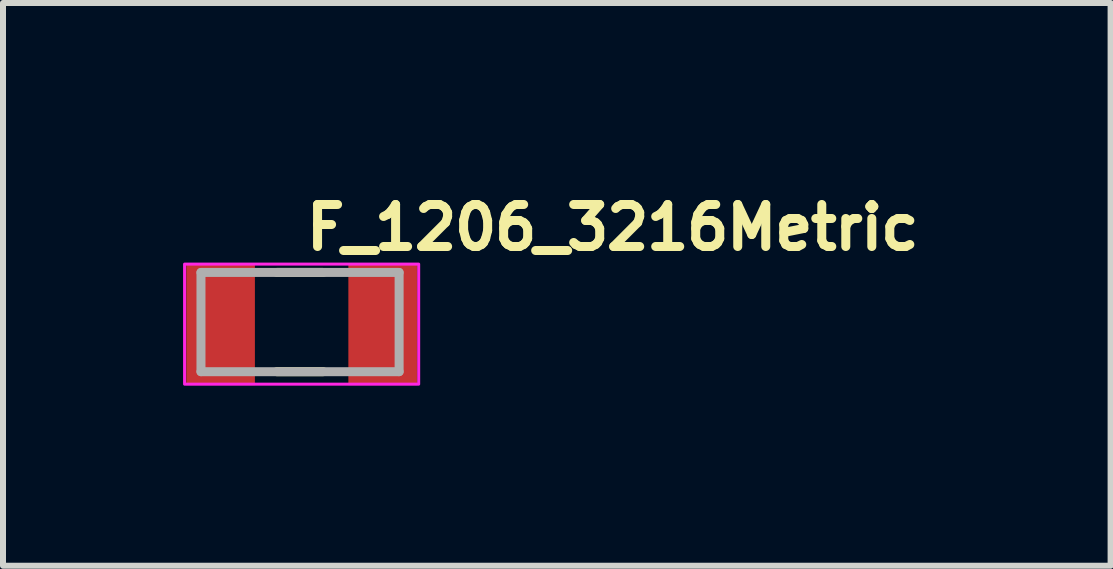
<source format=kicad_pcb>
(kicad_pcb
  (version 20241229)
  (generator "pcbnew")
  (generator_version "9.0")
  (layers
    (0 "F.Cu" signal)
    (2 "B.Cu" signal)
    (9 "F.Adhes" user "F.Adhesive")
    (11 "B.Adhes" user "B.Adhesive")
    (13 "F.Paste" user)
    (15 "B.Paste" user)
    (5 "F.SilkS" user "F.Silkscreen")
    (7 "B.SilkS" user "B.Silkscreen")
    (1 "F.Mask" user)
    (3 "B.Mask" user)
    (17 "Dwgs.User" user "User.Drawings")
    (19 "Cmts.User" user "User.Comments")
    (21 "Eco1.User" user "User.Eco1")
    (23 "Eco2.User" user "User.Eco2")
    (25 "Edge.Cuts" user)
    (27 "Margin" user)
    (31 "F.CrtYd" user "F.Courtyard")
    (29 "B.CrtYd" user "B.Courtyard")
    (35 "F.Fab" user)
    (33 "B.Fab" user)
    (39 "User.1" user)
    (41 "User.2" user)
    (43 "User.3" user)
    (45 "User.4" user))
  (footprint "F_1206_3216Metric"
    (layer "F.Cu")
    (at 1.975 2.35)
    (property "Reference" "F_1206_3216Metric" (at 0 -1.2 0) (layer "F.SilkS") (effects (font (size 0.7 0.7) (thickness 0.15)) (justify left bottom)))
    (attr smd)
    (fp_line (start -0.413 -0.861) (end 0.36 -0.861) (stroke (width 0.15) (type solid)) (layer "F.SilkS"))
    (fp_line (start -0.413 0.792) (end 0.36 0.792) (stroke (width 0.15) (type solid)) (layer "F.SilkS"))
    (fp_rect (start -1.95 -1) (end 1.95 1) (stroke (width 0.05) (type solid)) (fill no) (layer "F.CrtYd"))
    (fp_line (start -1.677 -0.861) (end 1.624 -0.861) (stroke (width 0.15) (type solid)) (layer "F.Fab"))
    (fp_line (start -1.677 0.792) (end -1.677 -0.861) (stroke (width 0.15) (type solid)) (layer "F.Fab"))
    (fp_line (start 1.624 -0.861) (end 1.624 0.792) (stroke (width 0.15) (type solid)) (layer "F.Fab"))
    (fp_line (start 1.624 0.792) (end -1.677 0.792) (stroke (width 0.15) (type solid)) (layer "F.Fab"))
    (fp_rect (start -1.589 -0.762) (end 1.588 0.761) (stroke (width 0.1) (type solid)) (fill no) (layer "User.5"))
    (fp_line (start -1.589 -0.762) (end -1.589 -0.653) (stroke (width 0.02) (type solid)) (layer "User.9"))
    (fp_line (start -1.589 -0.762) (end -1.578 -0.762) (stroke (width 0.02) (type solid)) (layer "User.9"))
    (fp_line (start -1.589 -0.654) (end -1.589 -0.653) (stroke (width 0.02) (type solid)) (layer "User.9"))
    (fp_line (start -1.589 -0.653) (end -1.589 -0.762) (stroke (width 0.02) (type solid)) (layer "User.9"))
    (fp_line (start -1.589 -0.653) (end -1.589 -0.653) (stroke (width 0.02) (type solid)) (layer "User.9"))
    (fp_line (start -1.589 -0.653) (end -1.589 -0.653) (stroke (width 0.02) (type solid)) (layer "User.9"))
    (fp_line (start -1.589 -0.653) (end -1.588 -0.652) (stroke (width 0.02) (type solid)) (layer "User.9"))
    (fp_line (start -1.589 -0.25) (end -1.589 -0.653) (stroke (width 0.02) (type solid)) (layer "User.9"))
    (fp_line (start -1.589 -0.25) (end -1.587 -0.252) (stroke (width 0.02) (type solid)) (layer "User.9"))
    (fp_line (start -1.589 0.249) (end -1.587 0.25) (stroke (width 0.02) (type solid)) (layer "User.9"))
    (fp_line (start -1.589 0.249) (end -1.571 0.248) (stroke (width 0.02) (type solid)) (layer "User.9"))
    (fp_line (start -1.589 0.651) (end -1.589 0.652) (stroke (width 0.02) (type solid)) (layer "User.9"))
    (fp_line (start -1.589 0.652) (end -1.589 0.249) (stroke (width 0.02) (type solid)) (layer "User.9"))
    (fp_line (start -1.589 0.652) (end -1.589 0.652) (stroke (width 0.02) (type solid)) (layer "User.9"))
    (fp_line (start -1.589 0.652) (end -1.589 0.652) (stroke (width 0.02) (type solid)) (layer "User.9"))
    (fp_line (start -1.589 0.652) (end -1.589 0.761) (stroke (width 0.02) (type solid)) (layer "User.9"))
    (fp_line (start -1.589 0.652) (end -1.588 0.653) (stroke (width 0.02) (type solid)) (layer "User.9"))
    (fp_line (start -1.589 0.652) (end -1.578 0.652) (stroke (width 0.02) (type solid)) (layer "User.9"))
    (fp_line (start -1.589 0.761) (end -1.589 0.652) (stroke (width 0.02) (type solid)) (layer "User.9"))
    (fp_line (start -1.588 -0.658) (end -1.588 -0.657) (stroke (width 0.02) (type solid)) (layer "User.9"))
    (fp_line (start -1.588 -0.657) (end -1.588 -0.657) (stroke (width 0.02) (type solid)) (layer "User.9"))
    (fp_line (start -1.588 -0.657) (end -1.588 -0.656) (stroke (width 0.02) (type solid)) (layer "User.9"))
    (fp_line (start -1.588 -0.656) (end -1.588 -0.656) (stroke (width 0.02) (type solid)) (layer "User.9"))
    (fp_line (start -1.588 -0.656) (end -1.588 -0.655) (stroke (width 0.02) (type solid)) (layer "User.9"))
    (fp_line (start -1.588 -0.655) (end -1.588 -0.655) (stroke (width 0.02) (type solid)) (layer "User.9"))
    (fp_line (start -1.588 -0.655) (end -1.588 -0.654) (stroke (width 0.02) (type solid)) (layer "User.9"))
    (fp_line (start -1.588 -0.654) (end -1.589 -0.654) (stroke (width 0.02) (type solid)) (layer "User.9"))
    (fp_line (start -1.588 -0.652) (end -1.588 -0.652) (stroke (width 0.02) (type solid)) (layer "User.9"))
    (fp_line (start -1.588 -0.652) (end -1.588 -0.651) (stroke (width 0.02) (type solid)) (layer "User.9"))
    (fp_line (start -1.588 -0.651) (end -1.588 -0.651) (stroke (width 0.02) (type solid)) (layer "User.9"))
    (fp_line (start -1.588 -0.651) (end -1.588 -0.65) (stroke (width 0.02) (type solid)) (layer "User.9"))
    (fp_line (start -1.588 -0.65) (end -1.588 -0.65) (stroke (width 0.02) (type solid)) (layer "User.9"))
    (fp_line (start -1.588 -0.65) (end -1.588 -0.649) (stroke (width 0.02) (type solid)) (layer "User.9"))
    (fp_line (start -1.588 -0.649) (end -1.588 -0.649) (stroke (width 0.02) (type solid)) (layer "User.9"))
    (fp_line (start -1.588 -0.649) (end -1.587 -0.649) (stroke (width 0.02) (type solid)) (layer "User.9"))
    (fp_line (start -1.588 0.647) (end -1.588 0.648) (stroke (width 0.02) (type solid)) (layer "User.9"))
    (fp_line (start -1.588 0.648) (end -1.588 0.648) (stroke (width 0.02) (type solid)) (layer "User.9"))
    (fp_line (start -1.588 0.648) (end -1.588 0.649) (stroke (width 0.02) (type solid)) (layer "User.9"))
    (fp_line (start -1.588 0.649) (end -1.588 0.649) (stroke (width 0.02) (type solid)) (layer "User.9"))
    (fp_line (start -1.588 0.649) (end -1.588 0.65) (stroke (width 0.02) (type solid)) (layer "User.9"))
    (fp_line (start -1.588 0.65) (end -1.588 0.65) (stroke (width 0.02) (type solid)) (layer "User.9"))
    (fp_line (start -1.588 0.65) (end -1.588 0.651) (stroke (width 0.02) (type solid)) (layer "User.9"))
    (fp_line (start -1.588 0.651) (end -1.589 0.651) (stroke (width 0.02) (type solid)) (layer "User.9"))
    (fp_line (start -1.588 0.653) (end -1.588 0.653) (stroke (width 0.02) (type solid)) (layer "User.9"))
    (fp_line (start -1.588 0.653) (end -1.588 0.654) (stroke (width 0.02) (type solid)) (layer "User.9"))
    (fp_line (start -1.588 0.654) (end -1.588 0.654) (stroke (width 0.02) (type solid)) (layer "User.9"))
    (fp_line (start -1.588 0.654) (end -1.588 0.655) (stroke (width 0.02) (type solid)) (layer "User.9"))
    (fp_line (start -1.588 0.655) (end -1.588 0.655) (stroke (width 0.02) (type solid)) (layer "User.9"))
    (fp_line (start -1.588 0.655) (end -1.588 0.656) (stroke (width 0.02) (type solid)) (layer "User.9"))
    (fp_line (start -1.588 0.656) (end -1.588 0.656) (stroke (width 0.02) (type solid)) (layer "User.9"))
    (fp_line (start -1.588 0.656) (end -1.587 0.656) (stroke (width 0.02) (type solid)) (layer "User.9"))
    (fp_line (start -1.587 -0.659) (end -1.587 -0.659) (stroke (width 0.02) (type solid)) (layer "User.9"))
    (fp_line (start -1.587 -0.659) (end -1.587 -0.658) (stroke (width 0.02) (type solid)) (layer "User.9"))
    (fp_line (start -1.587 -0.658) (end -1.588 -0.658) (stroke (width 0.02) (type solid)) (layer "User.9"))
    (fp_line (start -1.587 -0.658) (end -1.587 -0.658) (stroke (width 0.02) (type solid)) (layer "User.9"))
    (fp_line (start -1.587 -0.649) (end -1.587 -0.648) (stroke (width 0.02) (type solid)) (layer "User.9"))
    (fp_line (start -1.587 -0.648) (end -1.587 -0.648) (stroke (width 0.02) (type solid)) (layer "User.9"))
    (fp_line (start -1.587 -0.648) (end -1.587 -0.647) (stroke (width 0.02) (type solid)) (layer "User.9"))
    (fp_line (start -1.587 -0.647) (end -1.586 -0.647) (stroke (width 0.02) (type solid)) (layer "User.9"))
    (fp_line (start -1.587 -0.252) (end -1.589 -0.25) (stroke (width 0.02) (type solid)) (layer "User.9"))
    (fp_line (start -1.587 -0.252) (end -1.585 -0.254) (stroke (width 0.02) (type solid)) (layer "User.9"))
    (fp_line (start -1.587 0.25) (end -1.589 0.249) (stroke (width 0.02) (type solid)) (layer "User.9"))
    (fp_line (start -1.587 0.25) (end -1.585 0.252) (stroke (width 0.02) (type solid)) (layer "User.9"))
    (fp_line (start -1.587 0.646) (end -1.587 0.646) (stroke (width 0.02) (type solid)) (layer "User.9"))
    (fp_line (start -1.587 0.646) (end -1.587 0.647) (stroke (width 0.02) (type solid)) (layer "User.9"))
    (fp_line (start -1.587 0.647) (end -1.588 0.647) (stroke (width 0.02) (type solid)) (layer "User.9"))
    (fp_line (start -1.587 0.647) (end -1.587 0.647) (stroke (width 0.02) (type solid)) (layer "User.9"))
    (fp_line (start -1.587 0.656) (end -1.587 0.657) (stroke (width 0.02) (type solid)) (layer "User.9"))
    (fp_line (start -1.587 0.657) (end -1.587 0.657) (stroke (width 0.02) (type solid)) (layer "User.9"))
    (fp_line (start -1.587 0.657) (end -1.587 0.658) (stroke (width 0.02) (type solid)) (layer "User.9"))
    (fp_line (start -1.587 0.658) (end -1.586 0.658) (stroke (width 0.02) (type solid)) (layer "User.9"))
    (fp_line (start -1.586 -0.66) (end -1.587 -0.659) (stroke (width 0.02) (type solid)) (layer "User.9"))
    (fp_line (start -1.586 -0.66) (end -1.586 -0.66) (stroke (width 0.02) (type solid)) (layer "User.9"))
    (fp_line (start -1.586 -0.66) (end -1.586 -0.66) (stroke (width 0.02) (type solid)) (layer "User.9"))
    (fp_line (start -1.586 -0.647) (end -1.586 -0.647) (stroke (width 0.02) (type solid)) (layer "User.9"))
    (fp_line (start -1.586 -0.647) (end -1.586 -0.646) (stroke (width 0.02) (type solid)) (layer "User.9"))
    (fp_line (start -1.586 -0.646) (end -1.585 -0.646) (stroke (width 0.02) (type solid)) (layer "User.9"))
    (fp_line (start -1.586 0.645) (end -1.587 0.646) (stroke (width 0.02) (type solid)) (layer "User.9"))
    (fp_line (start -1.586 0.645) (end -1.586 0.645) (stroke (width 0.02) (type solid)) (layer "User.9"))
    (fp_line (start -1.586 0.645) (end -1.586 0.645) (stroke (width 0.02) (type solid)) (layer "User.9"))
    (fp_line (start -1.586 0.658) (end -1.586 0.658) (stroke (width 0.02) (type solid)) (layer "User.9"))
    (fp_line (start -1.586 0.658) (end -1.586 0.659) (stroke (width 0.02) (type solid)) (layer "User.9"))
    (fp_line (start -1.586 0.659) (end -1.585 0.659) (stroke (width 0.02) (type solid)) (layer "User.9"))
    (fp_line (start -1.585 -0.661) (end -1.586 -0.66) (stroke (width 0.02) (type solid)) (layer "User.9"))
    (fp_line (start -1.585 -0.661) (end -1.585 -0.661) (stroke (width 0.02) (type solid)) (layer "User.9"))
    (fp_line (start -1.585 -0.661) (end -1.585 -0.661) (stroke (width 0.02) (type solid)) (layer "User.9"))
    (fp_line (start -1.585 -0.646) (end -1.585 -0.646) (stroke (width 0.02) (type solid)) (layer "User.9"))
    (fp_line (start -1.585 -0.646) (end -1.585 -0.645) (stroke (width 0.02) (type solid)) (layer "User.9"))
    (fp_line (start -1.585 -0.645) (end -1.583 -0.645) (stroke (width 0.02) (type solid)) (layer "User.9"))
    (fp_line (start -1.585 -0.254) (end -1.587 -0.252) (stroke (width 0.02) (type solid)) (layer "User.9"))
    (fp_line (start -1.585 -0.254) (end -1.581 -0.258) (stroke (width 0.02) (type solid)) (layer "User.9"))
    (fp_line (start -1.585 0.252) (end -1.587 0.25) (stroke (width 0.02) (type solid)) (layer "User.9"))
    (fp_line (start -1.585 0.252) (end -1.581 0.254) (stroke (width 0.02) (type solid)) (layer "User.9"))
    (fp_line (start -1.585 0.644) (end -1.586 0.645) (stroke (width 0.02) (type solid)) (layer "User.9"))
    (fp_line (start -1.585 0.644) (end -1.585 0.644) (stroke (width 0.02) (type solid)) (layer "User.9"))
    (fp_line (start -1.585 0.644) (end -1.585 0.644) (stroke (width 0.02) (type solid)) (layer "User.9"))
    (fp_line (start -1.585 0.659) (end -1.585 0.659) (stroke (width 0.02) (type solid)) (layer "User.9"))
    (fp_line (start -1.585 0.659) (end -1.585 0.66) (stroke (width 0.02) (type solid)) (layer "User.9"))
    (fp_line (start -1.585 0.66) (end -1.583 0.66) (stroke (width 0.02) (type solid)) (layer "User.9"))
    (fp_line (start -1.583 -0.662) (end -1.585 -0.661) (stroke (width 0.02) (type solid)) (layer "User.9"))
    (fp_line (start -1.583 -0.662) (end -1.583 -0.662) (stroke (width 0.02) (type solid)) (layer "User.9"))
    (fp_line (start -1.583 -0.645) (end -1.583 -0.645) (stroke (width 0.02) (type solid)) (layer "User.9"))
    (fp_line (start -1.583 -0.645) (end -1.582 -0.645) (stroke (width 0.02) (type solid)) (layer "User.9"))
    (fp_line (start -1.583 0.643) (end -1.585 0.644) (stroke (width 0.02) (type solid)) (layer "User.9"))
    (fp_line (start -1.583 0.643) (end -1.583 0.643) (stroke (width 0.02) (type solid)) (layer "User.9"))
    (fp_line (start -1.583 0.66) (end -1.583 0.66) (stroke (width 0.02) (type solid)) (layer "User.9"))
    (fp_line (start -1.583 0.66) (end -1.582 0.66) (stroke (width 0.02) (type solid)) (layer "User.9"))
    (fp_line (start -1.582 -0.662) (end -1.583 -0.662) (stroke (width 0.02) (type solid)) (layer "User.9"))
    (fp_line (start -1.582 -0.662) (end -1.582 -0.662) (stroke (width 0.02) (type solid)) (layer "User.9"))
    (fp_line (start -1.582 -0.645) (end -1.582 -0.644) (stroke (width 0.02) (type solid)) (layer "User.9"))
    (fp_line (start -1.582 -0.644) (end -1.581 -0.644) (stroke (width 0.02) (type solid)) (layer "User.9"))
    (fp_line (start -1.582 0.643) (end -1.583 0.643) (stroke (width 0.02) (type solid)) (layer "User.9"))
    (fp_line (start -1.582 0.643) (end -1.582 0.643) (stroke (width 0.02) (type solid)) (layer "User.9"))
    (fp_line (start -1.582 0.66) (end -1.582 0.661) (stroke (width 0.02) (type solid)) (layer "User.9"))
    (fp_line (start -1.582 0.661) (end -1.581 0.661) (stroke (width 0.02) (type solid)) (layer "User.9"))
    (fp_line (start -1.581 -0.663) (end -1.582 -0.662) (stroke (width 0.02) (type solid)) (layer "User.9"))
    (fp_line (start -1.581 -0.663) (end -1.581 -0.663) (stroke (width 0.02) (type solid)) (layer "User.9"))
    (fp_line (start -1.581 -0.663) (end -1.581 -0.663) (stroke (width 0.02) (type solid)) (layer "User.9"))
    (fp_line (start -1.581 -0.644) (end -1.581 -0.644) (stroke (width 0.02) (type solid)) (layer "User.9"))
    (fp_line (start -1.581 -0.644) (end -1.581 -0.644) (stroke (width 0.02) (type solid)) (layer "User.9"))
    (fp_line (start -1.581 -0.644) (end -1.58 -0.644) (stroke (width 0.02) (type solid)) (layer "User.9"))
    (fp_line (start -1.581 -0.258) (end -1.578 -0.262) (stroke (width 0.02) (type solid)) (layer "User.9"))
    (fp_line (start -1.581 0.254) (end -1.578 0.258) (stroke (width 0.02) (type solid)) (layer "User.9"))
    (fp_line (start -1.581 0.642) (end -1.582 0.643) (stroke (width 0.02) (type solid)) (layer "User.9"))
    (fp_line (start -1.581 0.642) (end -1.581 0.642) (stroke (width 0.02) (type solid)) (layer "User.9"))
    (fp_line (start -1.581 0.642) (end -1.581 0.642) (stroke (width 0.02) (type solid)) (layer "User.9"))
    (fp_line (start -1.581 0.661) (end -1.581 0.661) (stroke (width 0.02) (type solid)) (layer "User.9"))
    (fp_line (start -1.581 0.661) (end -1.581 0.661) (stroke (width 0.02) (type solid)) (layer "User.9"))
    (fp_line (start -1.581 0.661) (end -1.58 0.661) (stroke (width 0.02) (type solid)) (layer "User.9"))
    (fp_line (start -1.58 -0.663) (end -1.581 -0.663) (stroke (width 0.02) (type solid)) (layer "User.9"))
    (fp_line (start -1.58 -0.663) (end -1.58 -0.663) (stroke (width 0.02) (type solid)) (layer "User.9"))
    (fp_line (start -1.58 -0.644) (end -1.58 -0.644) (stroke (width 0.02) (type solid)) (layer "User.9"))
    (fp_line (start -1.58 -0.644) (end -1.579 -0.643) (stroke (width 0.02) (type solid)) (layer "User.9"))
    (fp_line (start -1.58 0.642) (end -1.581 0.642) (stroke (width 0.02) (type solid)) (layer "User.9"))
    (fp_line (start -1.58 0.642) (end -1.58 0.642) (stroke (width 0.02) (type solid)) (layer "User.9"))
    (fp_line (start -1.58 0.661) (end -1.58 0.661) (stroke (width 0.02) (type solid)) (layer "User.9"))
    (fp_line (start -1.58 0.661) (end -1.579 0.662) (stroke (width 0.02) (type solid)) (layer "User.9"))
    (fp_line (start -1.579 -0.663) (end -1.58 -0.663) (stroke (width 0.02) (type solid)) (layer "User.9"))
    (fp_line (start -1.579 -0.663) (end -1.579 -0.663) (stroke (width 0.02) (type solid)) (layer "User.9"))
    (fp_line (start -1.579 -0.643) (end -1.579 -0.643) (stroke (width 0.02) (type solid)) (layer "User.9"))
    (fp_line (start -1.579 -0.643) (end -1.578 -0.643) (stroke (width 0.02) (type solid)) (layer "User.9"))
    (fp_line (start -1.579 -0.25) (end -1.589 -0.25) (stroke (width 0.02) (type solid)) (layer "User.9"))
    (fp_line (start -1.579 0.642) (end -1.58 0.642) (stroke (width 0.02) (type solid)) (layer "User.9"))
    (fp_line (start -1.579 0.642) (end -1.579 0.642) (stroke (width 0.02) (type solid)) (layer "User.9"))
    (fp_line (start -1.579 0.662) (end -1.579 0.662) (stroke (width 0.02) (type solid)) (layer "User.9"))
    (fp_line (start -1.579 0.662) (end -1.578 0.662) (stroke (width 0.02) (type solid)) (layer "User.9"))
    (fp_line (start -1.578 -0.762) (end -1.538 -0.762) (stroke (width 0.02) (type solid)) (layer "User.9"))
    (fp_line (start -1.578 -0.663) (end -1.579 -0.663) (stroke (width 0.02) (type solid)) (layer "User.9"))
    (fp_line (start -1.578 -0.663) (end -1.578 -0.663) (stroke (width 0.02) (type solid)) (layer "User.9"))
    (fp_line (start -1.578 -0.663) (end -1.578 -0.663) (stroke (width 0.02) (type solid)) (layer "User.9"))
    (fp_line (start -1.578 -0.663) (end -1.578 -0.653) (stroke (width 0.02) (type solid)) (layer "User.9"))
    (fp_line (start -1.578 -0.663) (end -0.929 -0.663) (stroke (width 0.02) (type solid)) (layer "User.9"))
    (fp_line (start -1.578 -0.653) (end -1.589 -0.653) (stroke (width 0.02) (type solid)) (layer "User.9"))
    (fp_line (start -1.578 -0.643) (end -1.578 -0.643) (stroke (width 0.02) (type solid)) (layer "User.9"))
    (fp_line (start -1.578 -0.643) (end -1.578 -0.643) (stroke (width 0.02) (type solid)) (layer "User.9"))
    (fp_line (start -1.578 -0.643) (end -1.577 -0.643) (stroke (width 0.02) (type solid)) (layer "User.9"))
    (fp_line (start -1.578 -0.262) (end -1.585 -0.254) (stroke (width 0.02) (type solid)) (layer "User.9"))
    (fp_line (start -1.578 0.258) (end -1.585 0.252) (stroke (width 0.02) (type solid)) (layer "User.9"))
    (fp_line (start -1.578 0.642) (end -1.579 0.642) (stroke (width 0.02) (type solid)) (layer "User.9"))
    (fp_line (start -1.578 0.642) (end -1.578 0.642) (stroke (width 0.02) (type solid)) (layer "User.9"))
    (fp_line (start -1.578 0.642) (end -1.578 0.642) (stroke (width 0.02) (type solid)) (layer "User.9"))
    (fp_line (start -1.578 0.652) (end -1.578 0.662) (stroke (width 0.02) (type solid)) (layer "User.9"))
    (fp_line (start -1.578 0.662) (end -1.578 0.662) (stroke (width 0.02) (type solid)) (layer "User.9"))
    (fp_line (start -1.578 0.662) (end -1.578 0.662) (stroke (width 0.02) (type solid)) (layer "User.9"))
    (fp_line (start -1.578 0.662) (end -1.577 0.662) (stroke (width 0.02) (type solid)) (layer "User.9"))
    (fp_line (start -1.578 0.761) (end -1.589 0.761) (stroke (width 0.02) (type solid)) (layer "User.9"))
    (fp_line (start -1.577 -0.663) (end -1.578 -0.663) (stroke (width 0.02) (type solid)) (layer "User.9"))
    (fp_line (start -1.577 -0.663) (end -1.577 -0.663) (stroke (width 0.02) (type solid)) (layer "User.9"))
    (fp_line (start -1.577 -0.643) (end -1.577 -0.643) (stroke (width 0.02) (type solid)) (layer "User.9"))
    (fp_line (start -1.577 -0.643) (end -1.576 -0.643) (stroke (width 0.02) (type solid)) (layer "User.9"))
    (fp_line (start -1.577 0.642) (end -1.578 0.642) (stroke (width 0.02) (type solid)) (layer "User.9"))
    (fp_line (start -1.577 0.642) (end -1.577 0.642) (stroke (width 0.02) (type solid)) (layer "User.9"))
    (fp_line (start -1.577 0.662) (end -1.577 0.662) (stroke (width 0.02) (type solid)) (layer "User.9"))
    (fp_line (start -1.577 0.662) (end -1.576 0.662) (stroke (width 0.02) (type solid)) (layer "User.9"))
    (fp_line (start -1.576 -0.663) (end -1.577 -0.663) (stroke (width 0.02) (type solid)) (layer "User.9"))
    (fp_line (start -1.576 -0.663) (end -1.576 -0.663) (stroke (width 0.02) (type solid)) (layer "User.9"))
    (fp_line (start -1.576 -0.644) (end -1.575 -0.644) (stroke (width 0.02) (type solid)) (layer "User.9"))
    (fp_line (start -1.576 -0.643) (end -1.576 -0.644) (stroke (width 0.02) (type solid)) (layer "User.9"))
    (fp_line (start -1.576 0.642) (end -1.577 0.642) (stroke (width 0.02) (type solid)) (layer "User.9"))
    (fp_line (start -1.576 0.642) (end -1.576 0.642) (stroke (width 0.02) (type solid)) (layer "User.9"))
    (fp_line (start -1.576 0.661) (end -1.575 0.661) (stroke (width 0.02) (type solid)) (layer "User.9"))
    (fp_line (start -1.576 0.662) (end -1.576 0.661) (stroke (width 0.02) (type solid)) (layer "User.9"))
    (fp_line (start -1.575 -0.663) (end -1.576 -0.663) (stroke (width 0.02) (type solid)) (layer "User.9"))
    (fp_line (start -1.575 -0.663) (end -1.575 -0.663) (stroke (width 0.02) (type solid)) (layer "User.9"))
    (fp_line (start -1.575 -0.644) (end -1.575 -0.644) (stroke (width 0.02) (type solid)) (layer "User.9"))
    (fp_line (start -1.575 -0.644) (end -1.574 -0.644) (stroke (width 0.02) (type solid)) (layer "User.9"))
    (fp_line (start -1.575 0.642) (end -1.576 0.642) (stroke (width 0.02) (type solid)) (layer "User.9"))
    (fp_line (start -1.575 0.642) (end -1.575 0.642) (stroke (width 0.02) (type solid)) (layer "User.9"))
    (fp_line (start -1.575 0.661) (end -1.575 0.661) (stroke (width 0.02) (type solid)) (layer "User.9"))
    (fp_line (start -1.575 0.661) (end -1.574 0.661) (stroke (width 0.02) (type solid)) (layer "User.9"))
    (fp_line (start -1.574 -0.663) (end -1.575 -0.663) (stroke (width 0.02) (type solid)) (layer "User.9"))
    (fp_line (start -1.574 -0.663) (end -1.574 -0.663) (stroke (width 0.02) (type solid)) (layer "User.9"))
    (fp_line (start -1.574 -0.644) (end -1.574 -0.644) (stroke (width 0.02) (type solid)) (layer "User.9"))
    (fp_line (start -1.574 -0.644) (end -1.573 -0.644) (stroke (width 0.02) (type solid)) (layer "User.9"))
    (fp_line (start -1.574 0.642) (end -1.575 0.642) (stroke (width 0.02) (type solid)) (layer "User.9"))
    (fp_line (start -1.574 0.642) (end -1.574 0.642) (stroke (width 0.02) (type solid)) (layer "User.9"))
    (fp_line (start -1.574 0.661) (end -1.574 0.661) (stroke (width 0.02) (type solid)) (layer "User.9"))
    (fp_line (start -1.574 0.661) (end -1.573 0.661) (stroke (width 0.02) (type solid)) (layer "User.9"))
    (fp_line (start -1.573 -0.662) (end -1.574 -0.663) (stroke (width 0.02) (type solid)) (layer "User.9"))
    (fp_line (start -1.573 -0.662) (end -1.573 -0.662) (stroke (width 0.02) (type solid)) (layer "User.9"))
    (fp_line (start -1.573 -0.645) (end -1.572 -0.645) (stroke (width 0.02) (type solid)) (layer "User.9"))
    (fp_line (start -1.573 -0.644) (end -1.573 -0.645) (stroke (width 0.02) (type solid)) (layer "User.9"))
    (fp_line (start -1.573 0.643) (end -1.574 0.642) (stroke (width 0.02) (type solid)) (layer "User.9"))
    (fp_line (start -1.573 0.643) (end -1.573 0.643) (stroke (width 0.02) (type solid)) (layer "User.9"))
    (fp_line (start -1.573 0.66) (end -1.572 0.66) (stroke (width 0.02) (type solid)) (layer "User.9"))
    (fp_line (start -1.573 0.661) (end -1.573 0.66) (stroke (width 0.02) (type solid)) (layer "User.9"))
    (fp_line (start -1.572 -0.662) (end -1.573 -0.662) (stroke (width 0.02) (type solid)) (layer "User.9"))
    (fp_line (start -1.572 -0.662) (end -1.572 -0.662) (stroke (width 0.02) (type solid)) (layer "User.9"))
    (fp_line (start -1.572 -0.661) (end -1.572 -0.662) (stroke (width 0.02) (type solid)) (layer "User.9"))
    (fp_line (start -1.572 -0.645) (end -1.572 -0.645) (stroke (width 0.02) (type solid)) (layer "User.9"))
    (fp_line (start -1.572 -0.645) (end -1.572 -0.645) (stroke (width 0.02) (type solid)) (layer "User.9"))
    (fp_line (start -1.572 -0.645) (end -1.571 -0.646) (stroke (width 0.02) (type solid)) (layer "User.9"))
    (fp_line (start -1.572 0.643) (end -1.573 0.643) (stroke (width 0.02) (type solid)) (layer "User.9"))
    (fp_line (start -1.572 0.643) (end -1.572 0.643) (stroke (width 0.02) (type solid)) (layer "User.9"))
    (fp_line (start -1.572 0.644) (end -1.572 0.643) (stroke (width 0.02) (type solid)) (layer "User.9"))
    (fp_line (start -1.572 0.66) (end -1.572 0.66) (stroke (width 0.02) (type solid)) (layer "User.9"))
    (fp_line (start -1.572 0.66) (end -1.572 0.66) (stroke (width 0.02) (type solid)) (layer "User.9"))
    (fp_line (start -1.572 0.66) (end -1.571 0.659) (stroke (width 0.02) (type solid)) (layer "User.9"))
    (fp_line (start -1.571 -0.661) (end -1.572 -0.661) (stroke (width 0.02) (type solid)) (layer "User.9"))
    (fp_line (start -1.571 -0.661) (end -1.571 -0.661) (stroke (width 0.02) (type solid)) (layer "User.9"))
    (fp_line (start -1.571 -0.646) (end -1.571 -0.646) (stroke (width 0.02) (type solid)) (layer "User.9"))
    (fp_line (start -1.571 -0.646) (end -1.57 -0.646) (stroke (width 0.02) (type solid)) (layer "User.9"))
    (fp_line (start -1.571 -0.25) (end -1.579 -0.25) (stroke (width 0.02) (type solid)) (layer "User.9"))
    (fp_line (start -1.571 0.248) (end -1.555 0.247) (stroke (width 0.02) (type solid)) (layer "User.9"))
    (fp_line (start -1.571 0.644) (end -1.572 0.644) (stroke (width 0.02) (type solid)) (layer "User.9"))
    (fp_line (start -1.571 0.644) (end -1.571 0.644) (stroke (width 0.02) (type solid)) (layer "User.9"))
    (fp_line (start -1.571 0.659) (end -1.571 0.659) (stroke (width 0.02) (type solid)) (layer "User.9"))
    (fp_line (start -1.571 0.659) (end -1.57 0.659) (stroke (width 0.02) (type solid)) (layer "User.9"))
    (fp_line (start -1.57 -0.66) (end -1.571 -0.661) (stroke (width 0.02) (type solid)) (layer "User.9"))
    (fp_line (start -1.57 -0.66) (end -1.57 -0.66) (stroke (width 0.02) (type solid)) (layer "User.9"))
    (fp_line (start -1.57 -0.66) (end -1.57 -0.66) (stroke (width 0.02) (type solid)) (layer "User.9"))
    (fp_line (start -1.57 -0.659) (end -1.57 -0.66) (stroke (width 0.02) (type solid)) (layer "User.9"))
    (fp_line (start -1.57 -0.647) (end -1.57 -0.647) (stroke (width 0.02) (type solid)) (layer "User.9"))
    (fp_line (start -1.57 -0.647) (end -1.57 -0.647) (stroke (width 0.02) (type solid)) (layer "User.9"))
    (fp_line (start -1.57 -0.647) (end -1.569 -0.648) (stroke (width 0.02) (type solid)) (layer "User.9"))
    (fp_line (start -1.57 -0.646) (end -1.57 -0.647) (stroke (width 0.02) (type solid)) (layer "User.9"))
    (fp_line (start -1.57 0.645) (end -1.571 0.644) (stroke (width 0.02) (type solid)) (layer "User.9"))
    (fp_line (start -1.57 0.645) (end -1.57 0.645) (stroke (width 0.02) (type solid)) (layer "User.9"))
    (fp_line (start -1.57 0.645) (end -1.57 0.645) (stroke (width 0.02) (type solid)) (layer "User.9"))
    (fp_line (start -1.57 0.646) (end -1.57 0.645) (stroke (width 0.02) (type solid)) (layer "User.9"))
    (fp_line (start -1.57 0.658) (end -1.57 0.658) (stroke (width 0.02) (type solid)) (layer "User.9"))
    (fp_line (start -1.57 0.658) (end -1.57 0.658) (stroke (width 0.02) (type solid)) (layer "User.9"))
    (fp_line (start -1.57 0.658) (end -1.569 0.657) (stroke (width 0.02) (type solid)) (layer "User.9"))
    (fp_line (start -1.57 0.659) (end -1.57 0.658) (stroke (width 0.02) (type solid)) (layer "User.9"))
    (fp_line (start -1.569 -0.659) (end -1.57 -0.659) (stroke (width 0.02) (type solid)) (layer "User.9"))
    (fp_line (start -1.569 -0.658) (end -1.569 -0.659) (stroke (width 0.02) (type solid)) (layer "User.9"))
    (fp_line (start -1.569 -0.658) (end -1.569 -0.658) (stroke (width 0.02) (type solid)) (layer "User.9"))
    (fp_line (start -1.569 -0.658) (end -1.569 -0.658) (stroke (width 0.02) (type solid)) (layer "User.9"))
    (fp_line (start -1.569 -0.649) (end -1.569 -0.649) (stroke (width 0.02) (type solid)) (layer "User.9"))
    (fp_line (start -1.569 -0.649) (end -1.568 -0.649) (stroke (width 0.02) (type solid)) (layer "User.9"))
    (fp_line (start -1.569 -0.648) (end -1.569 -0.649) (stroke (width 0.02) (type solid)) (layer "User.9"))
    (fp_line (start -1.569 -0.648) (end -1.569 -0.648) (stroke (width 0.02) (type solid)) (layer "User.9"))
    (fp_line (start -1.569 0.646) (end -1.57 0.646) (stroke (width 0.02) (type solid)) (layer "User.9"))
    (fp_line (start -1.569 0.647) (end -1.569 0.646) (stroke (width 0.02) (type solid)) (layer "User.9"))
    (fp_line (start -1.569 0.647) (end -1.569 0.647) (stroke (width 0.02) (type solid)) (layer "User.9"))
    (fp_line (start -1.569 0.647) (end -1.569 0.647) (stroke (width 0.02) (type solid)) (layer "User.9"))
    (fp_line (start -1.569 0.656) (end -1.569 0.656) (stroke (width 0.02) (type solid)) (layer "User.9"))
    (fp_line (start -1.569 0.656) (end -1.568 0.656) (stroke (width 0.02) (type solid)) (layer "User.9"))
    (fp_line (start -1.569 0.657) (end -1.569 0.656) (stroke (width 0.02) (type solid)) (layer "User.9"))
    (fp_line (start -1.569 0.657) (end -1.569 0.657) (stroke (width 0.02) (type solid)) (layer "User.9"))
    (fp_line (start -1.568 -0.657) (end -1.569 -0.658) (stroke (width 0.02) (type solid)) (layer "User.9"))
    (fp_line (start -1.568 -0.657) (end -1.568 -0.657) (stroke (width 0.02) (type solid)) (layer "User.9"))
    (fp_line (start -1.568 -0.656) (end -1.568 -0.657) (stroke (width 0.02) (type solid)) (layer "User.9"))
    (fp_line (start -1.568 -0.656) (end -1.568 -0.656) (stroke (width 0.02) (type solid)) (layer "User.9"))
    (fp_line (start -1.568 -0.655) (end -1.568 -0.656) (stroke (width 0.02) (type solid)) (layer "User.9"))
    (fp_line (start -1.568 -0.655) (end -1.568 -0.655) (stroke (width 0.02) (type solid)) (layer "User.9"))
    (fp_line (start -1.568 -0.654) (end -1.568 -0.655) (stroke (width 0.02) (type solid)) (layer "User.9"))
    (fp_line (start -1.568 -0.654) (end -1.568 -0.654) (stroke (width 0.02) (type solid)) (layer "User.9"))
    (fp_line (start -1.568 -0.653) (end -1.568 -0.654) (stroke (width 0.02) (type solid)) (layer "User.9"))
    (fp_line (start -1.568 -0.653) (end -1.568 -0.653) (stroke (width 0.02) (type solid)) (layer "User.9"))
    (fp_line (start -1.568 -0.653) (end -1.568 -0.653) (stroke (width 0.02) (type solid)) (layer "User.9"))
    (fp_line (start -1.568 -0.653) (end -1.568 -0.653) (stroke (width 0.02) (type solid)) (layer "User.9"))
    (fp_line (start -1.568 -0.652) (end -1.568 -0.653) (stroke (width 0.02) (type solid)) (layer "User.9"))
    (fp_line (start -1.568 -0.652) (end -1.568 -0.652) (stroke (width 0.02) (type solid)) (layer "User.9"))
    (fp_line (start -1.568 -0.651) (end -1.568 -0.652) (stroke (width 0.02) (type solid)) (layer "User.9"))
    (fp_line (start -1.568 -0.651) (end -1.568 -0.651) (stroke (width 0.02) (type solid)) (layer "User.9"))
    (fp_line (start -1.568 -0.65) (end -1.568 -0.651) (stroke (width 0.02) (type solid)) (layer "User.9"))
    (fp_line (start -1.568 -0.65) (end -1.568 -0.65) (stroke (width 0.02) (type solid)) (layer "User.9"))
    (fp_line (start -1.568 -0.649) (end -1.568 -0.65) (stroke (width 0.02) (type solid)) (layer "User.9"))
    (fp_line (start -1.568 0.648) (end -1.569 0.647) (stroke (width 0.02) (type solid)) (layer "User.9"))
    (fp_line (start -1.568 0.648) (end -1.568 0.648) (stroke (width 0.02) (type solid)) (layer "User.9"))
    (fp_line (start -1.568 0.649) (end -1.568 0.648) (stroke (width 0.02) (type solid)) (layer "User.9"))
    (fp_line (start -1.568 0.649) (end -1.568 0.649) (stroke (width 0.02) (type solid)) (layer "User.9"))
    (fp_line (start -1.568 0.65) (end -1.568 0.649) (stroke (width 0.02) (type solid)) (layer "User.9"))
    (fp_line (start -1.568 0.65) (end -1.568 0.65) (stroke (width 0.02) (type solid)) (layer "User.9"))
    (fp_line (start -1.568 0.651) (end -1.568 0.65) (stroke (width 0.02) (type solid)) (layer "User.9"))
    (fp_line (start -1.568 0.651) (end -1.568 0.651) (stroke (width 0.02) (type solid)) (layer "User.9"))
    (fp_line (start -1.568 0.652) (end -1.568 0.651) (stroke (width 0.02) (type solid)) (layer "User.9"))
    (fp_line (start -1.568 0.652) (end -1.568 0.652) (stroke (width 0.02) (type solid)) (layer "User.9"))
    (fp_line (start -1.568 0.652) (end -1.568 0.652) (stroke (width 0.02) (type solid)) (layer "User.9"))
    (fp_line (start -1.568 0.652) (end -1.568 0.652) (stroke (width 0.02) (type solid)) (layer "User.9"))
    (fp_line (start -1.568 0.653) (end -1.568 0.652) (stroke (width 0.02) (type solid)) (layer "User.9"))
    (fp_line (start -1.568 0.653) (end -1.568 0.653) (stroke (width 0.02) (type solid)) (layer "User.9"))
    (fp_line (start -1.568 0.654) (end -1.568 0.653) (stroke (width 0.02) (type solid)) (layer "User.9"))
    (fp_line (start -1.568 0.654) (end -1.568 0.654) (stroke (width 0.02) (type solid)) (layer "User.9"))
    (fp_line (start -1.568 0.655) (end -1.568 0.654) (stroke (width 0.02) (type solid)) (layer "User.9"))
    (fp_line (start -1.568 0.655) (end -1.568 0.655) (stroke (width 0.02) (type solid)) (layer "User.9"))
    (fp_line (start -1.568 0.656) (end -1.568 0.655) (stroke (width 0.02) (type solid)) (layer "User.9"))
    (fp_line (start -1.564 -0.25) (end -1.571 -0.25) (stroke (width 0.02) (type solid)) (layer "User.9"))
    (fp_line (start -1.555 -0.249) (end -1.564 -0.25) (stroke (width 0.02) (type solid)) (layer "User.9"))
    (fp_line (start -1.555 0.247) (end -1.538 0.244) (stroke (width 0.02) (type solid)) (layer "User.9"))
    (fp_line (start -1.546 -0.248) (end -1.555 -0.249) (stroke (width 0.02) (type solid)) (layer "User.9"))
    (fp_line (start -1.538 -0.762) (end -1.538 -0.663) (stroke (width 0.02) (type solid)) (layer "User.9"))
    (fp_line (start -1.538 -0.762) (end -1.538 -0.663) (stroke (width 0.02) (type solid)) (layer "User.9"))
    (fp_line (start -1.538 -0.246) (end -1.546 -0.248) (stroke (width 0.02) (type solid)) (layer "User.9"))
    (fp_line (start -1.538 0.244) (end -1.522 0.24) (stroke (width 0.02) (type solid)) (layer "User.9"))
    (fp_line (start -1.538 0.662) (end -1.538 0.761) (stroke (width 0.02) (type solid)) (layer "User.9"))
    (fp_line (start -1.538 0.662) (end -1.538 0.761) (stroke (width 0.02) (type solid)) (layer "User.9"))
    (fp_line (start -1.538 0.761) (end -1.578 0.761) (stroke (width 0.02) (type solid)) (layer "User.9"))
    (fp_line (start -1.538 0.761) (end 1.536 0.761) (stroke (width 0.02) (type solid)) (layer "User.9"))
    (fp_line (start -1.53 -0.245) (end -1.538 -0.246) (stroke (width 0.02) (type solid)) (layer "User.9"))
    (fp_line (start -1.522 -0.243) (end -1.53 -0.245) (stroke (width 0.02) (type solid)) (layer "User.9"))
    (fp_line (start -1.522 0.24) (end -1.506 0.235) (stroke (width 0.02) (type solid)) (layer "User.9"))
    (fp_line (start -1.514 -0.241) (end -1.522 -0.243) (stroke (width 0.02) (type solid)) (layer "User.9"))
    (fp_line (start -1.506 -0.239) (end -1.514 -0.241) (stroke (width 0.02) (type solid)) (layer "User.9"))
    (fp_line (start -1.506 0.235) (end -1.492 0.23) (stroke (width 0.02) (type solid)) (layer "User.9"))
    (fp_line (start -1.5 -0.236) (end -1.506 -0.239) (stroke (width 0.02) (type solid)) (layer "User.9"))
    (fp_line (start -1.492 -0.233) (end -1.5 -0.236) (stroke (width 0.02) (type solid)) (layer "User.9"))
    (fp_line (start -1.492 0.23) (end -1.478 0.223) (stroke (width 0.02) (type solid)) (layer "User.9"))
    (fp_line (start -1.484 -0.23) (end -1.492 -0.233) (stroke (width 0.02) (type solid)) (layer "User.9"))
    (fp_line (start -1.478 -0.225) (end -1.484 -0.23) (stroke (width 0.02) (type solid)) (layer "User.9"))
    (fp_line (start -1.478 0.223) (end -1.464 0.214) (stroke (width 0.02) (type solid)) (layer "User.9"))
    (fp_line (start -1.47 -0.222) (end -1.478 -0.225) (stroke (width 0.02) (type solid)) (layer "User.9"))
    (fp_line (start -1.464 -0.218) (end -1.47 -0.222) (stroke (width 0.02) (type solid)) (layer "User.9"))
    (fp_line (start -1.464 0.214) (end -1.449 0.206) (stroke (width 0.02) (type solid)) (layer "User.9"))
    (fp_line (start -1.457 -0.214) (end -1.464 -0.218) (stroke (width 0.02) (type solid)) (layer "User.9"))
    (fp_line (start -1.449 -0.21) (end -1.457 -0.214) (stroke (width 0.02) (type solid)) (layer "User.9"))
    (fp_line (start -1.449 0.206) (end -1.436 0.197) (stroke (width 0.02) (type solid)) (layer "User.9"))
    (fp_line (start -1.443 -0.206) (end -1.449 -0.21) (stroke (width 0.02) (type solid)) (layer "User.9"))
    (fp_line (start -1.436 -0.201) (end -1.443 -0.206) (stroke (width 0.02) (type solid)) (layer "User.9"))
    (fp_line (start -1.436 0.197) (end -1.423 0.186) (stroke (width 0.02) (type solid)) (layer "User.9"))
    (fp_line (start -1.43 -0.196) (end -1.436 -0.201) (stroke (width 0.02) (type solid)) (layer "User.9"))
    (fp_line (start -1.423 -0.19) (end -1.43 -0.196) (stroke (width 0.02) (type solid)) (layer "User.9"))
    (fp_line (start -1.423 0.186) (end -1.412 0.175) (stroke (width 0.02) (type solid)) (layer "User.9"))
    (fp_line (start -1.418 -0.184) (end -1.423 -0.19) (stroke (width 0.02) (type solid)) (layer "User.9"))
    (fp_line (start -1.412 -0.179) (end -1.418 -0.184) (stroke (width 0.02) (type solid)) (layer "User.9"))
    (fp_line (start -1.412 0.175) (end -1.401 0.164) (stroke (width 0.02) (type solid)) (layer "User.9"))
    (fp_line (start -1.405 -0.174) (end -1.412 -0.179) (stroke (width 0.02) (type solid)) (layer "User.9"))
    (fp_line (start -1.401 -0.168) (end -1.405 -0.174) (stroke (width 0.02) (type solid)) (layer "User.9"))
    (fp_line (start -1.401 0.164) (end -1.389 0.15) (stroke (width 0.02) (type solid)) (layer "User.9"))
    (fp_line (start -1.395 -0.16) (end -1.401 -0.168) (stroke (width 0.02) (type solid)) (layer "User.9"))
    (fp_line (start -1.389 -0.154) (end -1.395 -0.16) (stroke (width 0.02) (type solid)) (layer "User.9"))
    (fp_line (start -1.389 0.15) (end -1.381 0.138) (stroke (width 0.02) (type solid)) (layer "User.9"))
    (fp_line (start -1.385 -0.148) (end -1.389 -0.154) (stroke (width 0.02) (type solid)) (layer "User.9"))
    (fp_line (start -1.381 -0.14) (end -1.385 -0.148) (stroke (width 0.02) (type solid)) (layer "User.9"))
    (fp_line (start -1.381 0.138) (end -1.371 0.123) (stroke (width 0.02) (type solid)) (layer "User.9"))
    (fp_line (start -1.375 -0.134) (end -1.381 -0.14) (stroke (width 0.02) (type solid)) (layer "User.9"))
    (fp_line (start -1.371 -0.126) (end -1.375 -0.134) (stroke (width 0.02) (type solid)) (layer "User.9"))
    (fp_line (start -1.371 -0.126) (end -1.371 -0.126) (stroke (width 0.02) (type solid)) (layer "User.9"))
    (fp_line (start -1.371 0.123) (end -1.371 0.123) (stroke (width 0.02) (type solid)) (layer "User.9"))
    (fp_line (start -1.371 0.123) (end -1.363 0.109) (stroke (width 0.02) (type solid)) (layer "User.9"))
    (fp_line (start -1.363 -0.112) (end -1.371 -0.126) (stroke (width 0.02) (type solid)) (layer "User.9"))
    (fp_line (start -1.363 0.109) (end -1.356 0.094) (stroke (width 0.02) (type solid)) (layer "User.9"))
    (fp_line (start -1.356 -0.097) (end -1.363 -0.112) (stroke (width 0.02) (type solid)) (layer "User.9"))
    (fp_line (start -1.356 0.094) (end -1.351 0.079) (stroke (width 0.02) (type solid)) (layer "User.9"))
    (fp_line (start -1.351 -0.081) (end -1.356 -0.097) (stroke (width 0.02) (type solid)) (layer "User.9"))
    (fp_line (start -1.351 0.079) (end -1.346 0.063) (stroke (width 0.02) (type solid)) (layer "User.9"))
    (fp_line (start -1.346 -0.065) (end -1.351 -0.081) (stroke (width 0.02) (type solid)) (layer "User.9"))
    (fp_line (start -1.346 0.063) (end -1.342 0.047) (stroke (width 0.02) (type solid)) (layer "User.9"))
    (fp_line (start -1.342 -0.05) (end -1.346 -0.065) (stroke (width 0.02) (type solid)) (layer "User.9"))
    (fp_line (start -1.342 0.047) (end -1.341 0.031) (stroke (width 0.02) (type solid)) (layer "User.9"))
    (fp_line (start -1.341 -0.034) (end -1.342 -0.05) (stroke (width 0.02) (type solid)) (layer "User.9"))
    (fp_line (start -1.341 0.031) (end -1.338 0.015) (stroke (width 0.02) (type solid)) (layer "User.9"))
    (fp_line (start -1.338 -0.017) (end -1.341 -0.034) (stroke (width 0.02) (type solid)) (layer "User.9"))
    (fp_line (start -1.338 -0.001) (end -1.338 -0.017) (stroke (width 0.02) (type solid)) (layer "User.9"))
    (fp_line (start -1.338 0.015) (end -1.338 -0.001) (stroke (width 0.02) (type solid)) (layer "User.9"))
    (fp_line (start -0.939 -0.653) (end -0.929 -0.663) (stroke (width 0.02) (type solid)) (layer "User.9"))
    (fp_line (start -0.939 0.652) (end -0.929 0.662) (stroke (width 0.02) (type solid)) (layer "User.9"))
    (fp_line (start -0.929 -0.663) (end -0.929 0.662) (stroke (width 0.02) (type solid)) (layer "User.9"))
    (fp_line (start -0.929 0.662) (end -1.578 0.662) (stroke (width 0.02) (type solid)) (layer "User.9"))
    (fp_line (start 0.927 -0.663) (end 0.927 0.662) (stroke (width 0.02) (type solid)) (layer "User.9"))
    (fp_line (start 0.927 0.662) (end 1.576 0.662) (stroke (width 0.02) (type solid)) (layer "User.9"))
    (fp_line (start 0.938 -0.653) (end 0.927 -0.663) (stroke (width 0.02) (type solid)) (layer "User.9"))
    (fp_line (start 0.938 0.652) (end 0.927 0.662) (stroke (width 0.02) (type solid)) (layer "User.9"))
    (fp_line (start 1.338 -0.024) (end 1.339 -0.034) (stroke (width 0.02) (type solid)) (layer "User.9"))
    (fp_line (start 1.338 -0.017) (end 1.339 -0.034) (stroke (width 0.02) (type solid)) (layer "User.9"))
    (fp_line (start 1.338 -0.013) (end 1.338 -0.024) (stroke (width 0.02) (type solid)) (layer "User.9"))
    (fp_line (start 1.338 -0.001) (end 1.338 -0.017) (stroke (width 0.02) (type solid)) (layer "User.9"))
    (fp_line (start 1.338 -0.001) (end 1.338 -0.013) (stroke (width 0.02) (type solid)) (layer "User.9"))
    (fp_line (start 1.338 -0.001) (end 1.338 -0.001) (stroke (width 0.02) (type solid)) (layer "User.9"))
    (fp_line (start 1.338 0.009) (end 1.338 -0.001) (stroke (width 0.02) (type solid)) (layer "User.9"))
    (fp_line (start 1.338 0.015) (end 1.338 -0.001) (stroke (width 0.02) (type solid)) (layer "User.9"))
    (fp_line (start 1.338 0.02) (end 1.338 0.009) (stroke (width 0.02) (type solid)) (layer "User.9"))
    (fp_line (start 1.339 -0.034) (end 1.342 -0.05) (stroke (width 0.02) (type solid)) (layer "User.9"))
    (fp_line (start 1.339 -0.034) (end 1.342 -0.045) (stroke (width 0.02) (type solid)) (layer "User.9"))
    (fp_line (start 1.339 0.031) (end 1.338 0.015) (stroke (width 0.02) (type solid)) (layer "User.9"))
    (fp_line (start 1.339 0.032) (end 1.338 0.02) (stroke (width 0.02) (type solid)) (layer "User.9"))
    (fp_line (start 1.342 -0.056) (end 1.346 -0.066) (stroke (width 0.02) (type solid)) (layer "User.9"))
    (fp_line (start 1.342 -0.05) (end 1.346 -0.065) (stroke (width 0.02) (type solid)) (layer "User.9"))
    (fp_line (start 1.342 -0.045) (end 1.342 -0.056) (stroke (width 0.02) (type solid)) (layer "User.9"))
    (fp_line (start 1.342 0.041) (end 1.339 0.032) (stroke (width 0.02) (type solid)) (layer "User.9"))
    (fp_line (start 1.342 0.047) (end 1.339 0.031) (stroke (width 0.02) (type solid)) (layer "User.9"))
    (fp_line (start 1.342 0.053) (end 1.342 0.041) (stroke (width 0.02) (type solid)) (layer "User.9"))
    (fp_line (start 1.346 -0.066) (end 1.35 -0.077) (stroke (width 0.02) (type solid)) (layer "User.9"))
    (fp_line (start 1.346 -0.065) (end 1.35 -0.081) (stroke (width 0.02) (type solid)) (layer "User.9"))
    (fp_line (start 1.346 0.063) (end 1.342 0.047) (stroke (width 0.02) (type solid)) (layer "User.9"))
    (fp_line (start 1.346 0.063) (end 1.342 0.053) (stroke (width 0.02) (type solid)) (layer "User.9"))
    (fp_line (start 1.35 -0.081) (end 1.355 -0.097) (stroke (width 0.02) (type solid)) (layer "User.9"))
    (fp_line (start 1.35 -0.077) (end 1.351 -0.087) (stroke (width 0.02) (type solid)) (layer "User.9"))
    (fp_line (start 1.35 0.073) (end 1.346 0.063) (stroke (width 0.02) (type solid)) (layer "User.9"))
    (fp_line (start 1.35 0.079) (end 1.346 0.063) (stroke (width 0.02) (type solid)) (layer "User.9"))
    (fp_line (start 1.351 -0.087) (end 1.355 -0.096) (stroke (width 0.02) (type solid)) (layer "User.9"))
    (fp_line (start 1.351 0.084) (end 1.35 0.073) (stroke (width 0.02) (type solid)) (layer "User.9"))
    (fp_line (start 1.355 -0.097) (end 1.362 -0.112) (stroke (width 0.02) (type solid)) (layer "User.9"))
    (fp_line (start 1.355 -0.096) (end 1.359 -0.107) (stroke (width 0.02) (type solid)) (layer "User.9"))
    (fp_line (start 1.355 0.094) (end 1.35 0.079) (stroke (width 0.02) (type solid)) (layer "User.9"))
    (fp_line (start 1.355 0.094) (end 1.351 0.084) (stroke (width 0.02) (type solid)) (layer "User.9"))
    (fp_line (start 1.359 -0.107) (end 1.366 -0.116) (stroke (width 0.02) (type solid)) (layer "User.9"))
    (fp_line (start 1.359 0.103) (end 1.355 0.094) (stroke (width 0.02) (type solid)) (layer "User.9"))
    (fp_line (start 1.362 -0.112) (end 1.37 -0.126) (stroke (width 0.02) (type solid)) (layer "User.9"))
    (fp_line (start 1.362 0.109) (end 1.355 0.094) (stroke (width 0.02) (type solid)) (layer "User.9"))
    (fp_line (start 1.366 -0.116) (end 1.37 -0.125) (stroke (width 0.02) (type solid)) (layer "User.9"))
    (fp_line (start 1.366 0.112) (end 1.359 0.103) (stroke (width 0.02) (type solid)) (layer "User.9"))
    (fp_line (start 1.37 -0.126) (end 1.37 -0.126) (stroke (width 0.02) (type solid)) (layer "User.9"))
    (fp_line (start 1.37 -0.126) (end 1.374 -0.134) (stroke (width 0.02) (type solid)) (layer "User.9"))
    (fp_line (start 1.37 -0.125) (end 1.382 -0.143) (stroke (width 0.02) (type solid)) (layer "User.9"))
    (fp_line (start 1.37 0.121) (end 1.366 0.112) (stroke (width 0.02) (type solid)) (layer "User.9"))
    (fp_line (start 1.37 0.123) (end 1.362 0.109) (stroke (width 0.02) (type solid)) (layer "User.9"))
    (fp_line (start 1.37 0.123) (end 1.37 0.123) (stroke (width 0.02) (type solid)) (layer "User.9"))
    (fp_line (start 1.374 -0.134) (end 1.379 -0.14) (stroke (width 0.02) (type solid)) (layer "User.9"))
    (fp_line (start 1.374 0.131) (end 1.37 0.121) (stroke (width 0.02) (type solid)) (layer "User.9"))
    (fp_line (start 1.379 -0.14) (end 1.383 -0.148) (stroke (width 0.02) (type solid)) (layer "User.9"))
    (fp_line (start 1.379 0.138) (end 1.37 0.123) (stroke (width 0.02) (type solid)) (layer "User.9"))
    (fp_line (start 1.382 -0.143) (end 1.394 -0.159) (stroke (width 0.02) (type solid)) (layer "User.9"))
    (fp_line (start 1.382 0.14) (end 1.374 0.131) (stroke (width 0.02) (type solid)) (layer "User.9"))
    (fp_line (start 1.383 -0.148) (end 1.39 -0.154) (stroke (width 0.02) (type solid)) (layer "User.9"))
    (fp_line (start 1.386 0.148) (end 1.382 0.14) (stroke (width 0.02) (type solid)) (layer "User.9"))
    (fp_line (start 1.39 -0.154) (end 1.394 -0.16) (stroke (width 0.02) (type solid)) (layer "User.9"))
    (fp_line (start 1.39 0.15) (end 1.379 0.138) (stroke (width 0.02) (type solid)) (layer "User.9"))
    (fp_line (start 1.394 -0.16) (end 1.399 -0.168) (stroke (width 0.02) (type solid)) (layer "User.9"))
    (fp_line (start 1.394 -0.159) (end 1.407 -0.176) (stroke (width 0.02) (type solid)) (layer "User.9"))
    (fp_line (start 1.394 0.156) (end 1.386 0.148) (stroke (width 0.02) (type solid)) (layer "User.9"))
    (fp_line (start 1.399 -0.168) (end 1.406 -0.174) (stroke (width 0.02) (type solid)) (layer "User.9"))
    (fp_line (start 1.399 0.164) (end 1.39 0.15) (stroke (width 0.02) (type solid)) (layer "User.9"))
    (fp_line (start 1.402 0.165) (end 1.394 0.156) (stroke (width 0.02) (type solid)) (layer "User.9"))
    (fp_line (start 1.406 -0.174) (end 1.411 -0.179) (stroke (width 0.02) (type solid)) (layer "User.9"))
    (fp_line (start 1.407 -0.176) (end 1.423 -0.19) (stroke (width 0.02) (type solid)) (layer "User.9"))
    (fp_line (start 1.407 0.173) (end 1.402 0.165) (stroke (width 0.02) (type solid)) (layer "User.9"))
    (fp_line (start 1.411 -0.179) (end 1.418 -0.184) (stroke (width 0.02) (type solid)) (layer "User.9"))
    (fp_line (start 1.411 0.175) (end 1.399 0.164) (stroke (width 0.02) (type solid)) (layer "User.9"))
    (fp_line (start 1.415 0.179) (end 1.407 0.173) (stroke (width 0.02) (type solid)) (layer "User.9"))
    (fp_line (start 1.418 -0.184) (end 1.423 -0.19) (stroke (width 0.02) (type solid)) (layer "User.9"))
    (fp_line (start 1.423 -0.19) (end 1.43 -0.196) (stroke (width 0.02) (type solid)) (layer "User.9"))
    (fp_line (start 1.423 -0.19) (end 1.431 -0.197) (stroke (width 0.02) (type solid)) (layer "User.9"))
    (fp_line (start 1.423 0.186) (end 1.411 0.175) (stroke (width 0.02) (type solid)) (layer "User.9"))
    (fp_line (start 1.423 0.186) (end 1.415 0.179) (stroke (width 0.02) (type solid)) (layer "User.9"))
    (fp_line (start 1.43 -0.196) (end 1.435 -0.201) (stroke (width 0.02) (type solid)) (layer "User.9"))
    (fp_line (start 1.431 -0.197) (end 1.439 -0.204) (stroke (width 0.02) (type solid)) (layer "User.9"))
    (fp_line (start 1.431 0.194) (end 1.423 0.186) (stroke (width 0.02) (type solid)) (layer "User.9"))
    (fp_line (start 1.435 -0.201) (end 1.443 -0.206) (stroke (width 0.02) (type solid)) (layer "User.9"))
    (fp_line (start 1.435 0.197) (end 1.423 0.186) (stroke (width 0.02) (type solid)) (layer "User.9"))
    (fp_line (start 1.439 -0.204) (end 1.447 -0.21) (stroke (width 0.02) (type solid)) (layer "User.9"))
    (fp_line (start 1.439 0.2) (end 1.431 0.194) (stroke (width 0.02) (type solid)) (layer "User.9"))
    (fp_line (start 1.443 -0.206) (end 1.45 -0.21) (stroke (width 0.02) (type solid)) (layer "User.9"))
    (fp_line (start 1.447 -0.21) (end 1.456 -0.215) (stroke (width 0.02) (type solid)) (layer "User.9"))
    (fp_line (start 1.447 0.205) (end 1.439 0.2) (stroke (width 0.02) (type solid)) (layer "User.9"))
    (fp_line (start 1.45 -0.21) (end 1.455 -0.214) (stroke (width 0.02) (type solid)) (layer "User.9"))
    (fp_line (start 1.45 0.206) (end 1.435 0.197) (stroke (width 0.02) (type solid)) (layer "User.9"))
    (fp_line (start 1.455 -0.214) (end 1.463 -0.218) (stroke (width 0.02) (type solid)) (layer "User.9"))
    (fp_line (start 1.456 -0.215) (end 1.467 -0.22) (stroke (width 0.02) (type solid)) (layer "User.9"))
    (fp_line (start 1.456 0.211) (end 1.447 0.205) (stroke (width 0.02) (type solid)) (layer "User.9"))
    (fp_line (start 1.463 -0.218) (end 1.471 -0.222) (stroke (width 0.02) (type solid)) (layer "User.9"))
    (fp_line (start 1.463 0.214) (end 1.45 0.206) (stroke (width 0.02) (type solid)) (layer "User.9"))
    (fp_line (start 1.467 -0.22) (end 1.475 -0.225) (stroke (width 0.02) (type solid)) (layer "User.9"))
    (fp_line (start 1.467 0.216) (end 1.456 0.211) (stroke (width 0.02) (type solid)) (layer "User.9"))
    (fp_line (start 1.471 -0.222) (end 1.476 -0.225) (stroke (width 0.02) (type solid)) (layer "User.9"))
    (fp_line (start 1.475 -0.225) (end 1.484 -0.231) (stroke (width 0.02) (type solid)) (layer "User.9"))
    (fp_line (start 1.475 0.222) (end 1.467 0.216) (stroke (width 0.02) (type solid)) (layer "User.9"))
    (fp_line (start 1.476 -0.225) (end 1.483 -0.23) (stroke (width 0.02) (type solid)) (layer "User.9"))
    (fp_line (start 1.476 0.223) (end 1.463 0.214) (stroke (width 0.02) (type solid)) (layer "User.9"))
    (fp_line (start 1.483 -0.23) (end 1.491 -0.233) (stroke (width 0.02) (type solid)) (layer "User.9"))
    (fp_line (start 1.484 -0.231) (end 1.495 -0.235) (stroke (width 0.02) (type solid)) (layer "User.9"))
    (fp_line (start 1.484 0.227) (end 1.475 0.222) (stroke (width 0.02) (type solid)) (layer "User.9"))
    (fp_line (start 1.491 -0.233) (end 1.499 -0.236) (stroke (width 0.02) (type solid)) (layer "User.9"))
    (fp_line (start 1.491 0.23) (end 1.476 0.223) (stroke (width 0.02) (type solid)) (layer "User.9"))
    (fp_line (start 1.495 -0.235) (end 1.507 -0.239) (stroke (width 0.02) (type solid)) (layer "User.9"))
    (fp_line (start 1.495 0.231) (end 1.484 0.227) (stroke (width 0.02) (type solid)) (layer "User.9"))
    (fp_line (start 1.499 -0.236) (end 1.507 -0.239) (stroke (width 0.02) (type solid)) (layer "User.9"))
    (fp_line (start 1.507 -0.239) (end 1.515 -0.242) (stroke (width 0.02) (type solid)) (layer "User.9"))
    (fp_line (start 1.507 -0.239) (end 1.515 -0.241) (stroke (width 0.02) (type solid)) (layer "User.9"))
    (fp_line (start 1.507 0.235) (end 1.491 0.23) (stroke (width 0.02) (type solid)) (layer "User.9"))
    (fp_line (start 1.507 0.235) (end 1.495 0.231) (stroke (width 0.02) (type solid)) (layer "User.9"))
    (fp_line (start 1.515 -0.242) (end 1.527 -0.244) (stroke (width 0.02) (type solid)) (layer "User.9"))
    (fp_line (start 1.515 -0.241) (end 1.523 -0.243) (stroke (width 0.02) (type solid)) (layer "User.9"))
    (fp_line (start 1.515 0.238) (end 1.507 0.235) (stroke (width 0.02) (type solid)) (layer "User.9"))
    (fp_line (start 1.523 -0.243) (end 1.531 -0.245) (stroke (width 0.02) (type solid)) (layer "User.9"))
    (fp_line (start 1.523 0.24) (end 1.507 0.235) (stroke (width 0.02) (type solid)) (layer "User.9"))
    (fp_line (start 1.527 -0.244) (end 1.536 -0.246) (stroke (width 0.02) (type solid)) (layer "User.9"))
    (fp_line (start 1.527 0.241) (end 1.515 0.238) (stroke (width 0.02) (type solid)) (layer "User.9"))
    (fp_line (start 1.531 -0.245) (end 1.539 -0.246) (stroke (width 0.02) (type solid)) (layer "User.9"))
    (fp_line (start 1.536 -0.762) (end -1.538 -0.762) (stroke (width 0.02) (type solid)) (layer "User.9"))
    (fp_line (start 1.536 -0.762) (end 1.536 -0.663) (stroke (width 0.02) (type solid)) (layer "User.9"))
    (fp_line (start 1.536 -0.663) (end 1.536 -0.762) (stroke (width 0.02) (type solid)) (layer "User.9"))
    (fp_line (start 1.536 0.244) (end 1.527 0.241) (stroke (width 0.02) (type solid)) (layer "User.9"))
    (fp_line (start 1.536 0.244) (end 1.544 0.245) (stroke (width 0.02) (type solid)) (layer "User.9"))
    (fp_line (start 1.536 0.662) (end 1.536 0.761) (stroke (width 0.02) (type solid)) (layer "User.9"))
    (fp_line (start 1.536 0.761) (end 1.536 0.662) (stroke (width 0.02) (type solid)) (layer "User.9"))
    (fp_line (start 1.536 0.761) (end 1.576 0.761) (stroke (width 0.02) (type solid)) (layer "User.9"))
    (fp_line (start 1.539 -0.246) (end 1.547 -0.248) (stroke (width 0.02) (type solid)) (layer "User.9"))
    (fp_line (start 1.539 0.244) (end 1.523 0.24) (stroke (width 0.02) (type solid)) (layer "User.9"))
    (fp_line (start 1.544 -0.247) (end 1.536 -0.246) (stroke (width 0.02) (type solid)) (layer "User.9"))
    (fp_line (start 1.544 0.245) (end 1.551 0.246) (stroke (width 0.02) (type solid)) (layer "User.9"))
    (fp_line (start 1.547 -0.248) (end 1.555 -0.249) (stroke (width 0.02) (type solid)) (layer "User.9"))
    (fp_line (start 1.551 -0.248) (end 1.544 -0.247) (stroke (width 0.02) (type solid)) (layer "User.9"))
    (fp_line (start 1.551 0.246) (end 1.556 0.247) (stroke (width 0.02) (type solid)) (layer "User.9"))
    (fp_line (start 1.555 -0.249) (end 1.564 -0.25) (stroke (width 0.02) (type solid)) (layer "User.9"))
    (fp_line (start 1.555 0.247) (end 1.539 0.244) (stroke (width 0.02) (type solid)) (layer "User.9"))
    (fp_line (start 1.556 -0.249) (end 1.551 -0.248) (stroke (width 0.02) (type solid)) (layer "User.9"))
    (fp_line (start 1.556 0.247) (end 1.563 0.247) (stroke (width 0.02) (type solid)) (layer "User.9"))
    (fp_line (start 1.563 -0.25) (end 1.556 -0.249) (stroke (width 0.02) (type solid)) (layer "User.9"))
    (fp_line (start 1.563 0.247) (end 1.568 0.248) (stroke (width 0.02) (type solid)) (layer "User.9"))
    (fp_line (start 1.564 -0.25) (end 1.572 -0.25) (stroke (width 0.02) (type solid)) (layer "User.9"))
    (fp_line (start 1.568 -0.659) (end 1.568 -0.659) (stroke (width 0.02) (type solid)) (layer "User.9"))
    (fp_line (start 1.568 -0.659) (end 1.568 -0.658) (stroke (width 0.02) (type solid)) (layer "User.9"))
    (fp_line (start 1.568 -0.658) (end 1.568 -0.658) (stroke (width 0.02) (type solid)) (layer "User.9"))
    (fp_line (start 1.568 -0.658) (end 1.568 -0.658) (stroke (width 0.02) (type solid)) (layer "User.9"))
    (fp_line (start 1.568 -0.658) (end 1.568 -0.657) (stroke (width 0.02) (type solid)) (layer "User.9"))
    (fp_line (start 1.568 -0.657) (end 1.568 -0.657) (stroke (width 0.02) (type solid)) (layer "User.9"))
    (fp_line (start 1.568 -0.657) (end 1.568 -0.656) (stroke (width 0.02) (type solid)) (layer "User.9"))
    (fp_line (start 1.568 -0.656) (end 1.568 -0.656) (stroke (width 0.02) (type solid)) (layer "User.9"))
    (fp_line (start 1.568 -0.656) (end 1.568 -0.655) (stroke (width 0.02) (type solid)) (layer "User.9"))
    (fp_line (start 1.568 -0.655) (end 1.568 -0.655) (stroke (width 0.02) (type solid)) (layer "User.9"))
    (fp_line (start 1.568 -0.655) (end 1.568 -0.654) (stroke (width 0.02) (type solid)) (layer "User.9"))
    (fp_line (start 1.568 -0.654) (end 1.568 -0.654) (stroke (width 0.02) (type solid)) (layer "User.9"))
    (fp_line (start 1.568 -0.654) (end 1.568 -0.653) (stroke (width 0.02) (type solid)) (layer "User.9"))
    (fp_line (start 1.568 -0.653) (end 1.568 -0.653) (stroke (width 0.02) (type solid)) (layer "User.9"))
    (fp_line (start 1.568 -0.653) (end 1.568 -0.653) (stroke (width 0.02) (type solid)) (layer "User.9"))
    (fp_line (start 1.568 -0.653) (end 1.568 -0.652) (stroke (width 0.02) (type solid)) (layer "User.9"))
    (fp_line (start 1.568 -0.652) (end 1.568 -0.652) (stroke (width 0.02) (type solid)) (layer "User.9"))
    (fp_line (start 1.568 -0.652) (end 1.568 -0.651) (stroke (width 0.02) (type solid)) (layer "User.9"))
    (fp_line (start 1.568 -0.651) (end 1.568 -0.651) (stroke (width 0.02) (type solid)) (layer "User.9"))
    (fp_line (start 1.568 -0.651) (end 1.568 -0.65) (stroke (width 0.02) (type solid)) (layer "User.9"))
    (fp_line (start 1.568 -0.65) (end 1.568 -0.65) (stroke (width 0.02) (type solid)) (layer "User.9"))
    (fp_line (start 1.568 -0.65) (end 1.568 -0.649) (stroke (width 0.02) (type solid)) (layer "User.9"))
    (fp_line (start 1.568 -0.649) (end 1.568 -0.649) (stroke (width 0.02) (type solid)) (layer "User.9"))
    (fp_line (start 1.568 -0.649) (end 1.568 -0.649) (stroke (width 0.02) (type solid)) (layer "User.9"))
    (fp_line (start 1.568 -0.649) (end 1.568 -0.648) (stroke (width 0.02) (type solid)) (layer "User.9"))
    (fp_line (start 1.568 -0.648) (end 1.568 -0.648) (stroke (width 0.02) (type solid)) (layer "User.9"))
    (fp_line (start 1.568 -0.648) (end 1.568 -0.647) (stroke (width 0.02) (type solid)) (layer "User.9"))
    (fp_line (start 1.568 -0.647) (end 1.571 -0.647) (stroke (width 0.02) (type solid)) (layer "User.9"))
    (fp_line (start 1.568 -0.25) (end 1.563 -0.25) (stroke (width 0.02) (type solid)) (layer "User.9"))
    (fp_line (start 1.568 0.248) (end 1.576 0.248) (stroke (width 0.02) (type solid)) (layer "User.9"))
    (fp_line (start 1.568 0.646) (end 1.568 0.646) (stroke (width 0.02) (type solid)) (layer "User.9"))
    (fp_line (start 1.568 0.646) (end 1.568 0.647) (stroke (width 0.02) (type solid)) (layer "User.9"))
    (fp_line (start 1.568 0.647) (end 1.568 0.647) (stroke (width 0.02) (type solid)) (layer "User.9"))
    (fp_line (start 1.568 0.647) (end 1.568 0.647) (stroke (width 0.02) (type solid)) (layer "User.9"))
    (fp_line (start 1.568 0.647) (end 1.568 0.648) (stroke (width 0.02) (type solid)) (layer "User.9"))
    (fp_line (start 1.568 0.648) (end 1.568 0.648) (stroke (width 0.02) (type solid)) (layer "User.9"))
    (fp_line (start 1.568 0.648) (end 1.568 0.649) (stroke (width 0.02) (type solid)) (layer "User.9"))
    (fp_line (start 1.568 0.649) (end 1.568 0.649) (stroke (width 0.02) (type solid)) (layer "User.9"))
    (fp_line (start 1.568 0.649) (end 1.568 0.65) (stroke (width 0.02) (type solid)) (layer "User.9"))
    (fp_line (start 1.568 0.65) (end 1.568 0.65) (stroke (width 0.02) (type solid)) (layer "User.9"))
    (fp_line (start 1.568 0.65) (end 1.568 0.651) (stroke (width 0.02) (type solid)) (layer "User.9"))
    (fp_line (start 1.568 0.651) (end 1.568 0.651) (stroke (width 0.02) (type solid)) (layer "User.9"))
    (fp_line (start 1.568 0.651) (end 1.568 0.652) (stroke (width 0.02) (type solid)) (layer "User.9"))
    (fp_line (start 1.568 0.652) (end 1.568 0.652) (stroke (width 0.02) (type solid)) (layer "User.9"))
    (fp_line (start 1.568 0.652) (end 1.568 0.652) (stroke (width 0.02) (type solid)) (layer "User.9"))
    (fp_line (start 1.568 0.652) (end 1.568 0.653) (stroke (width 0.02) (type solid)) (layer "User.9"))
    (fp_line (start 1.568 0.653) (end 1.568 0.653) (stroke (width 0.02) (type solid)) (layer "User.9"))
    (fp_line (start 1.568 0.653) (end 1.568 0.654) (stroke (width 0.02) (type solid)) (layer "User.9"))
    (fp_line (start 1.568 0.654) (end 1.568 0.654) (stroke (width 0.02) (type solid)) (layer "User.9"))
    (fp_line (start 1.568 0.654) (end 1.568 0.655) (stroke (width 0.02) (type solid)) (layer "User.9"))
    (fp_line (start 1.568 0.655) (end 1.568 0.655) (stroke (width 0.02) (type solid)) (layer "User.9"))
    (fp_line (start 1.568 0.655) (end 1.568 0.656) (stroke (width 0.02) (type solid)) (layer "User.9"))
    (fp_line (start 1.568 0.656) (end 1.568 0.656) (stroke (width 0.02) (type solid)) (layer "User.9"))
    (fp_line (start 1.568 0.656) (end 1.568 0.656) (stroke (width 0.02) (type solid)) (layer "User.9"))
    (fp_line (start 1.568 0.656) (end 1.568 0.657) (stroke (width 0.02) (type solid)) (layer "User.9"))
    (fp_line (start 1.568 0.657) (end 1.568 0.657) (stroke (width 0.02) (type solid)) (layer "User.9"))
    (fp_line (start 1.568 0.657) (end 1.568 0.658) (stroke (width 0.02) (type solid)) (layer "User.9"))
    (fp_line (start 1.568 0.658) (end 1.571 0.658) (stroke (width 0.02) (type solid)) (layer "User.9"))
    (fp_line (start 1.571 -0.66) (end 1.568 -0.659) (stroke (width 0.02) (type solid)) (layer "User.9"))
    (fp_line (start 1.571 -0.66) (end 1.571 -0.66) (stroke (width 0.02) (type solid)) (layer "User.9"))
    (fp_line (start 1.571 -0.66) (end 1.571 -0.66) (stroke (width 0.02) (type solid)) (layer "User.9"))
    (fp_line (start 1.571 -0.647) (end 1.571 -0.647) (stroke (width 0.02) (type solid)) (layer "User.9"))
    (fp_line (start 1.571 -0.647) (end 1.571 -0.646) (stroke (width 0.02) (type solid)) (layer "User.9"))
    (fp_line (start 1.571 -0.646) (end 1.572 -0.646) (stroke (width 0.02) (type solid)) (layer "User.9"))
    (fp_line (start 1.571 0.645) (end 1.568 0.646) (stroke (width 0.02) (type solid)) (layer "User.9"))
    (fp_line (start 1.571 0.645) (end 1.571 0.645) (stroke (width 0.02) (type solid)) (layer "User.9"))
    (fp_line (start 1.571 0.645) (end 1.571 0.645) (stroke (width 0.02) (type solid)) (layer "User.9"))
    (fp_line (start 1.571 0.658) (end 1.571 0.658) (stroke (width 0.02) (type solid)) (layer "User.9"))
    (fp_line (start 1.571 0.658) (end 1.571 0.659) (stroke (width 0.02) (type solid)) (layer "User.9"))
    (fp_line (start 1.571 0.659) (end 1.572 0.659) (stroke (width 0.02) (type solid)) (layer "User.9"))
    (fp_line (start 1.572 -0.662) (end 1.572 -0.662) (stroke (width 0.02) (type solid)) (layer "User.9"))
    (fp_line (start 1.572 -0.662) (end 1.572 -0.662) (stroke (width 0.02) (type solid)) (layer "User.9"))
    (fp_line (start 1.572 -0.662) (end 1.572 -0.662) (stroke (width 0.02) (type solid)) (layer "User.9"))
    (fp_line (start 1.572 -0.662) (end 1.572 -0.661) (stroke (width 0.02) (type solid)) (layer "User.9"))
    (fp_line (start 1.572 -0.661) (end 1.571 -0.66) (stroke (width 0.02) (type solid)) (layer "User.9"))
    (fp_line (start 1.572 -0.661) (end 1.572 -0.661) (stroke (width 0.02) (type solid)) (layer "User.9"))
    (fp_line (start 1.572 -0.661) (end 1.572 -0.661) (stroke (width 0.02) (type solid)) (layer "User.9"))
    (fp_line (start 1.572 -0.646) (end 1.572 -0.646) (stroke (width 0.02) (type solid)) (layer "User.9"))
    (fp_line (start 1.572 -0.646) (end 1.572 -0.645) (stroke (width 0.02) (type solid)) (layer "User.9"))
    (fp_line (start 1.572 -0.645) (end 1.572 -0.645) (stroke (width 0.02) (type solid)) (layer "User.9"))
    (fp_line (start 1.572 -0.645) (end 1.572 -0.645) (stroke (width 0.02) (type solid)) (layer "User.9"))
    (fp_line (start 1.572 -0.645) (end 1.572 -0.645) (stroke (width 0.02) (type solid)) (layer "User.9"))
    (fp_line (start 1.572 -0.645) (end 1.572 -0.644) (stroke (width 0.02) (type solid)) (layer "User.9"))
    (fp_line (start 1.572 -0.644) (end 1.575 -0.644) (stroke (width 0.02) (type solid)) (layer "User.9"))
    (fp_line (start 1.572 -0.25) (end 1.58 -0.25) (stroke (width 0.02) (type solid)) (layer "User.9"))
    (fp_line (start 1.572 0.248) (end 1.555 0.247) (stroke (width 0.02) (type solid)) (layer "User.9"))
    (fp_line (start 1.572 0.643) (end 1.572 0.643) (stroke (width 0.02) (type solid)) (layer "User.9"))
    (fp_line (start 1.572 0.643) (end 1.572 0.643) (stroke (width 0.02) (type solid)) (layer "User.9"))
    (fp_line (start 1.572 0.643) (end 1.572 0.643) (stroke (width 0.02) (type solid)) (layer "User.9"))
    (fp_line (start 1.572 0.643) (end 1.572 0.644) (stroke (width 0.02) (type solid)) (layer "User.9"))
    (fp_line (start 1.572 0.644) (end 1.571 0.645) (stroke (width 0.02) (type solid)) (layer "User.9"))
    (fp_line (start 1.572 0.644) (end 1.572 0.644) (stroke (width 0.02) (type solid)) (layer "User.9"))
    (fp_line (start 1.572 0.644) (end 1.572 0.644) (stroke (width 0.02) (type solid)) (layer "User.9"))
    (fp_line (start 1.572 0.659) (end 1.572 0.659) (stroke (width 0.02) (type solid)) (layer "User.9"))
    (fp_line (start 1.572 0.659) (end 1.572 0.66) (stroke (width 0.02) (type solid)) (layer "User.9"))
    (fp_line (start 1.572 0.66) (end 1.572 0.66) (stroke (width 0.02) (type solid)) (layer "User.9"))
    (fp_line (start 1.572 0.66) (end 1.572 0.66) (stroke (width 0.02) (type solid)) (layer "User.9"))
    (fp_line (start 1.572 0.66) (end 1.572 0.66) (stroke (width 0.02) (type solid)) (layer "User.9"))
    (fp_line (start 1.572 0.66) (end 1.572 0.661) (stroke (width 0.02) (type solid)) (layer "User.9"))
    (fp_line (start 1.572 0.661) (end 1.575 0.661) (stroke (width 0.02) (type solid)) (layer "User.9"))
    (fp_line (start 1.575 -0.663) (end 1.572 -0.662) (stroke (width 0.02) (type solid)) (layer "User.9"))
    (fp_line (start 1.575 -0.663) (end 1.575 -0.663) (stroke (width 0.02) (type solid)) (layer "User.9"))
    (fp_line (start 1.575 -0.663) (end 1.575 -0.663) (stroke (width 0.02) (type solid)) (layer "User.9"))
    (fp_line (start 1.575 -0.644) (end 1.575 -0.644) (stroke (width 0.02) (type solid)) (layer "User.9"))
    (fp_line (start 1.575 -0.644) (end 1.575 -0.644) (stroke (width 0.02) (type solid)) (layer "User.9"))
    (fp_line (start 1.575 -0.644) (end 1.576 -0.644) (stroke (width 0.02) (type solid)) (layer "User.9"))
    (fp_line (start 1.575 0.642) (end 1.572 0.643) (stroke (width 0.02) (type solid)) (layer "User.9"))
    (fp_line (start 1.575 0.642) (end 1.575 0.642) (stroke (width 0.02) (type solid)) (layer "User.9"))
    (fp_line (start 1.575 0.642) (end 1.575 0.642) (stroke (width 0.02) (type solid)) (layer "User.9"))
    (fp_line (start 1.575 0.661) (end 1.575 0.661) (stroke (width 0.02) (type solid)) (layer "User.9"))
    (fp_line (start 1.575 0.661) (end 1.575 0.661) (stroke (width 0.02) (type solid)) (layer "User.9"))
    (fp_line (start 1.575 0.661) (end 1.576 0.661) (stroke (width 0.02) (type solid)) (layer "User.9"))
    (fp_line (start 1.576 -0.762) (end 1.536 -0.762) (stroke (width 0.02) (type solid)) (layer "User.9"))
    (fp_line (start 1.576 -0.663) (end 0.927 -0.663) (stroke (width 0.02) (type solid)) (layer "User.9"))
    (fp_line (start 1.576 -0.663) (end 1.575 -0.663) (stroke (width 0.02) (type solid)) (layer "User.9"))
    (fp_line (start 1.576 -0.663) (end 1.576 -0.663) (stroke (width 0.02) (type solid)) (layer "User.9"))
    (fp_line (start 1.576 -0.663) (end 1.576 -0.663) (stroke (width 0.02) (type solid)) (layer "User.9"))
    (fp_line (start 1.576 -0.663) (end 1.576 -0.663) (stroke (width 0.02) (type solid)) (layer "User.9"))
    (fp_line (start 1.576 -0.663) (end 1.576 -0.663) (stroke (width 0.02) (type solid)) (layer "User.9"))
    (fp_line (start 1.576 -0.663) (end 1.576 -0.663) (stroke (width 0.02) (type solid)) (layer "User.9"))
    (fp_line (start 1.576 -0.663) (end 1.576 -0.663) (stroke (width 0.02) (type solid)) (layer "User.9"))
    (fp_line (start 1.576 -0.663) (end 1.576 -0.653) (stroke (width 0.02) (type solid)) (layer "User.9"))
    (fp_line (start 1.576 -0.653) (end 1.588 -0.653) (stroke (width 0.02) (type solid)) (layer "User.9"))
    (fp_line (start 1.576 -0.644) (end 1.576 -0.644) (stroke (width 0.02) (type solid)) (layer "User.9"))
    (fp_line (start 1.576 -0.644) (end 1.576 -0.643) (stroke (width 0.02) (type solid)) (layer "User.9"))
    (fp_line (start 1.576 -0.643) (end 1.576 -0.643) (stroke (width 0.02) (type solid)) (layer "User.9"))
    (fp_line (start 1.576 -0.643) (end 1.576 -0.643) (stroke (width 0.02) (type solid)) (layer "User.9"))
    (fp_line (start 1.576 -0.643) (end 1.576 -0.643) (stroke (width 0.02) (type solid)) (layer "User.9"))
    (fp_line (start 1.576 -0.643) (end 1.576 -0.643) (stroke (width 0.02) (type solid)) (layer "User.9"))
    (fp_line (start 1.576 -0.643) (end 1.579 -0.643) (stroke (width 0.02) (type solid)) (layer "User.9"))
    (fp_line (start 1.576 -0.262) (end 1.584 -0.254) (stroke (width 0.02) (type solid)) (layer "User.9"))
    (fp_line (start 1.576 -0.25) (end 1.568 -0.25) (stroke (width 0.02) (type solid)) (layer "User.9"))
    (fp_line (start 1.576 0.248) (end 1.58 0.249) (stroke (width 0.02) (type solid)) (layer "User.9"))
    (fp_line (start 1.576 0.258) (end 1.584 0.252) (stroke (width 0.02) (type solid)) (layer "User.9"))
    (fp_line (start 1.576 0.642) (end 1.575 0.642) (stroke (width 0.02) (type solid)) (layer "User.9"))
    (fp_line (start 1.576 0.642) (end 1.576 0.642) (stroke (width 0.02) (type solid)) (layer "User.9"))
    (fp_line (start 1.576 0.642) (end 1.576 0.642) (stroke (width 0.02) (type solid)) (layer "User.9"))
    (fp_line (start 1.576 0.642) (end 1.576 0.642) (stroke (width 0.02) (type solid)) (layer "User.9"))
    (fp_line (start 1.576 0.642) (end 1.576 0.642) (stroke (width 0.02) (type solid)) (layer "User.9"))
    (fp_line (start 1.576 0.642) (end 1.576 0.642) (stroke (width 0.02) (type solid)) (layer "User.9"))
    (fp_line (start 1.576 0.642) (end 1.576 0.642) (stroke (width 0.02) (type solid)) (layer "User.9"))
    (fp_line (start 1.576 0.652) (end 1.576 0.662) (stroke (width 0.02) (type solid)) (layer "User.9"))
    (fp_line (start 1.576 0.661) (end 1.576 0.661) (stroke (width 0.02) (type solid)) (layer "User.9"))
    (fp_line (start 1.576 0.661) (end 1.576 0.662) (stroke (width 0.02) (type solid)) (layer "User.9"))
    (fp_line (start 1.576 0.662) (end 1.576 0.662) (stroke (width 0.02) (type solid)) (layer "User.9"))
    (fp_line (start 1.576 0.662) (end 1.576 0.662) (stroke (width 0.02) (type solid)) (layer "User.9"))
    (fp_line (start 1.576 0.662) (end 1.576 0.662) (stroke (width 0.02) (type solid)) (layer "User.9"))
    (fp_line (start 1.576 0.662) (end 1.576 0.662) (stroke (width 0.02) (type solid)) (layer "User.9"))
    (fp_line (start 1.576 0.662) (end 1.579 0.662) (stroke (width 0.02) (type solid)) (layer "User.9"))
    (fp_line (start 1.576 0.761) (end 1.588 0.761) (stroke (width 0.02) (type solid)) (layer "User.9"))
    (fp_line (start 1.579 -0.663) (end 1.576 -0.663) (stroke (width 0.02) (type solid)) (layer "User.9"))
    (fp_line (start 1.579 -0.663) (end 1.579 -0.663) (stroke (width 0.02) (type solid)) (layer "User.9"))
    (fp_line (start 1.579 -0.643) (end 1.579 -0.643) (stroke (width 0.02) (type solid)) (layer "User.9"))
    (fp_line (start 1.579 -0.643) (end 1.58 -0.643) (stroke (width 0.02) (type solid)) (layer "User.9"))
    (fp_line (start 1.579 0.642) (end 1.576 0.642) (stroke (width 0.02) (type solid)) (layer "User.9"))
    (fp_line (start 1.579 0.642) (end 1.579 0.642) (stroke (width 0.02) (type solid)) (layer "User.9"))
    (fp_line (start 1.579 0.662) (end 1.579 0.662) (stroke (width 0.02) (type solid)) (layer "User.9"))
    (fp_line (start 1.579 0.662) (end 1.58 0.662) (stroke (width 0.02) (type solid)) (layer "User.9"))
    (fp_line (start 1.58 -0.663) (end 1.576 -0.663) (stroke (width 0.02) (type solid)) (layer "User.9"))
    (fp_line (start 1.58 -0.663) (end 1.579 -0.663) (stroke (width 0.02) (type solid)) (layer "User.9"))
    (fp_line (start 1.58 -0.663) (end 1.58 -0.663) (stroke (width 0.02) (type solid)) (layer "User.9"))
    (fp_line (start 1.58 -0.663) (end 1.58 -0.663) (stroke (width 0.02) (type solid)) (layer "User.9"))
    (fp_line (start 1.58 -0.663) (end 1.58 -0.663) (stroke (width 0.02) (type solid)) (layer "User.9"))
    (fp_line (start 1.58 -0.663) (end 1.58 -0.663) (stroke (width 0.02) (type solid)) (layer "User.9"))
    (fp_line (start 1.58 -0.663) (end 1.58 -0.663) (stroke (width 0.02) (type solid)) (layer "User.9"))
    (fp_line (start 1.58 -0.663) (end 1.58 -0.663) (stroke (width 0.02) (type solid)) (layer "User.9"))
    (fp_line (start 1.58 -0.663) (end 1.58 -0.663) (stroke (width 0.02) (type solid)) (layer "User.9"))
    (fp_line (start 1.58 -0.663) (end 1.58 -0.663) (stroke (width 0.02) (type solid)) (layer "User.9"))
    (fp_line (start 1.58 -0.663) (end 1.58 -0.663) (stroke (width 0.02) (type solid)) (layer "User.9"))
    (fp_line (start 1.58 -0.663) (end 1.58 -0.663) (stroke (width 0.02) (type solid)) (layer "User.9"))
    (fp_line (start 1.58 -0.662) (end 1.58 -0.663) (stroke (width 0.02) (type solid)) (layer "User.9"))
    (fp_line (start 1.58 -0.644) (end 1.58 -0.644) (stroke (width 0.02) (type solid)) (layer "User.9"))
    (fp_line (start 1.58 -0.644) (end 1.58 -0.644) (stroke (width 0.02) (type solid)) (layer "User.9"))
    (fp_line (start 1.58 -0.644) (end 1.58 -0.644) (stroke (width 0.02) (type solid)) (layer "User.9"))
    (fp_line (start 1.58 -0.644) (end 1.58 -0.644) (stroke (width 0.02) (type solid)) (layer "User.9"))
    (fp_line (start 1.58 -0.644) (end 1.583 -0.644) (stroke (width 0.02) (type solid)) (layer "User.9"))
    (fp_line (start 1.58 -0.643) (end 1.58 -0.644) (stroke (width 0.02) (type solid)) (layer "User.9"))
    (fp_line (start 1.58 -0.258) (end 1.576 -0.262) (stroke (width 0.02) (type solid)) (layer "User.9"))
    (fp_line (start 1.58 -0.25) (end 1.576 -0.25) (stroke (width 0.02) (type solid)) (layer "User.9"))
    (fp_line (start 1.58 -0.25) (end 1.588 -0.25) (stroke (width 0.02) (type solid)) (layer "User.9"))
    (fp_line (start 1.58 0.249) (end 1.588 0.249) (stroke (width 0.02) (type solid)) (layer "User.9"))
    (fp_line (start 1.58 0.254) (end 1.576 0.258) (stroke (width 0.02) (type solid)) (layer "User.9"))
    (fp_line (start 1.58 0.642) (end 1.579 0.642) (stroke (width 0.02) (type solid)) (layer "User.9"))
    (fp_line (start 1.58 0.642) (end 1.58 0.642) (stroke (width 0.02) (type solid)) (layer "User.9"))
    (fp_line (start 1.58 0.642) (end 1.58 0.642) (stroke (width 0.02) (type solid)) (layer "User.9"))
    (fp_line (start 1.58 0.642) (end 1.58 0.642) (stroke (width 0.02) (type solid)) (layer "User.9"))
    (fp_line (start 1.58 0.642) (end 1.58 0.642) (stroke (width 0.02) (type solid)) (layer "User.9"))
    (fp_line (start 1.58 0.642) (end 1.58 0.642) (stroke (width 0.02) (type solid)) (layer "User.9"))
    (fp_line (start 1.58 0.661) (end 1.58 0.661) (stroke (width 0.02) (type solid)) (layer "User.9"))
    (fp_line (start 1.58 0.661) (end 1.58 0.661) (stroke (width 0.02) (type solid)) (layer "User.9"))
    (fp_line (start 1.58 0.661) (end 1.58 0.661) (stroke (width 0.02) (type solid)) (layer "User.9"))
    (fp_line (start 1.58 0.661) (end 1.58 0.661) (stroke (width 0.02) (type solid)) (layer "User.9"))
    (fp_line (start 1.58 0.661) (end 1.583 0.661) (stroke (width 0.02) (type solid)) (layer "User.9"))
    (fp_line (start 1.58 0.662) (end 1.58 0.661) (stroke (width 0.02) (type solid)) (layer "User.9"))
    (fp_line (start 1.583 -0.662) (end 1.58 -0.663) (stroke (width 0.02) (type solid)) (layer "User.9"))
    (fp_line (start 1.583 -0.662) (end 1.58 -0.662) (stroke (width 0.02) (type solid)) (layer "User.9"))
    (fp_line (start 1.583 -0.662) (end 1.583 -0.662) (stroke (width 0.02) (type solid)) (layer "User.9"))
    (fp_line (start 1.583 -0.662) (end 1.583 -0.662) (stroke (width 0.02) (type solid)) (layer "User.9"))
    (fp_line (start 1.583 -0.645) (end 1.584 -0.645) (stroke (width 0.02) (type solid)) (layer "User.9"))
    (fp_line (start 1.583 -0.644) (end 1.583 -0.645) (stroke (width 0.02) (type solid)) (layer "User.9"))
    (fp_line (start 1.583 0.643) (end 1.58 0.642) (stroke (width 0.02) (type solid)) (layer "User.9"))
    (fp_line (start 1.583 0.643) (end 1.583 0.643) (stroke (width 0.02) (type solid)) (layer "User.9"))
    (fp_line (start 1.583 0.66) (end 1.584 0.66) (stroke (width 0.02) (type solid)) (layer "User.9"))
    (fp_line (start 1.583 0.661) (end 1.583 0.66) (stroke (width 0.02) (type solid)) (layer "User.9"))
    (fp_line (start 1.584 -0.662) (end 1.583 -0.662) (stroke (width 0.02) (type solid)) (layer "User.9"))
    (fp_line (start 1.584 -0.662) (end 1.583 -0.662) (stroke (width 0.02) (type solid)) (layer "User.9"))
    (fp_line (start 1.584 -0.662) (end 1.584 -0.662) (stroke (width 0.02) (type solid)) (layer "User.9"))
    (fp_line (start 1.584 -0.661) (end 1.584 -0.662) (stroke (width 0.02) (type solid)) (layer "User.9"))
    (fp_line (start 1.584 -0.661) (end 1.584 -0.662) (stroke (width 0.02) (type solid)) (layer "User.9"))
    (fp_line (start 1.584 -0.661) (end 1.584 -0.661) (stroke (width 0.02) (type solid)) (layer "User.9"))
    (fp_line (start 1.584 -0.661) (end 1.584 -0.661) (stroke (width 0.02) (type solid)) (layer "User.9"))
    (fp_line (start 1.584 -0.661) (end 1.584 -0.661) (stroke (width 0.02) (type solid)) (layer "User.9"))
    (fp_line (start 1.584 -0.661) (end 1.584 -0.661) (stroke (width 0.02) (type solid)) (layer "User.9"))
    (fp_line (start 1.584 -0.661) (end 1.584 -0.661) (stroke (width 0.02) (type solid)) (layer "User.9"))
    (fp_line (start 1.584 -0.66) (end 1.584 -0.661) (stroke (width 0.02) (type solid)) (layer "User.9"))
    (fp_line (start 1.584 -0.66) (end 1.584 -0.661) (stroke (width 0.02) (type solid)) (layer "User.9"))
    (fp_line (start 1.584 -0.66) (end 1.584 -0.66) (stroke (width 0.02) (type solid)) (layer "User.9"))
    (fp_line (start 1.584 -0.66) (end 1.584 -0.66) (stroke (width 0.02) (type solid)) (layer "User.9"))
    (fp_line (start 1.584 -0.66) (end 1.584 -0.66) (stroke (width 0.02) (type solid)) (layer "User.9"))
    (fp_line (start 1.584 -0.66) (end 1.584 -0.66) (stroke (width 0.02) (type solid)) (layer "User.9"))
    (fp_line (start 1.584 -0.659) (end 1.584 -0.66) (stroke (width 0.02) (type solid)) (layer "User.9"))
    (fp_line (start 1.584 -0.659) (end 1.584 -0.66) (stroke (width 0.02) (type solid)) (layer "User.9"))
    (fp_line (start 1.584 -0.647) (end 1.584 -0.647) (stroke (width 0.02) (type solid)) (layer "User.9"))
    (fp_line (start 1.584 -0.647) (end 1.584 -0.647) (stroke (width 0.02) (type solid)) (layer "User.9"))
    (fp_line (start 1.584 -0.647) (end 1.585 -0.648) (stroke (width 0.02) (type solid)) (layer "User.9"))
    (fp_line (start 1.584 -0.646) (end 1.584 -0.647) (stroke (width 0.02) (type solid)) (layer "User.9"))
    (fp_line (start 1.584 -0.646) (end 1.584 -0.646) (stroke (width 0.02) (type solid)) (layer "User.9"))
    (fp_line (start 1.584 -0.646) (end 1.584 -0.646) (stroke (width 0.02) (type solid)) (layer "User.9"))
    (fp_line (start 1.584 -0.645) (end 1.584 -0.646) (stroke (width 0.02) (type solid)) (layer "User.9"))
    (fp_line (start 1.584 -0.645) (end 1.584 -0.645) (stroke (width 0.02) (type solid)) (layer "User.9"))
    (fp_line (start 1.584 -0.645) (end 1.584 -0.645) (stroke (width 0.02) (type solid)) (layer "User.9"))
    (fp_line (start 1.584 -0.254) (end 1.58 -0.258) (stroke (width 0.02) (type solid)) (layer "User.9"))
    (fp_line (start 1.584 -0.254) (end 1.585 -0.252) (stroke (width 0.02) (type solid)) (layer "User.9"))
    (fp_line (start 1.584 0.252) (end 1.58 0.254) (stroke (width 0.02) (type solid)) (layer "User.9"))
    (fp_line (start 1.584 0.252) (end 1.585 0.25) (stroke (width 0.02) (type solid)) (layer "User.9"))
    (fp_line (start 1.584 0.643) (end 1.583 0.643) (stroke (width 0.02) (type solid)) (layer "User.9"))
    (fp_line (start 1.584 0.643) (end 1.584 0.643) (stroke (width 0.02) (type solid)) (layer "User.9"))
    (fp_line (start 1.584 0.644) (end 1.584 0.643) (stroke (width 0.02) (type solid)) (layer "User.9"))
    (fp_line (start 1.584 0.644) (end 1.584 0.644) (stroke (width 0.02) (type solid)) (layer "User.9"))
    (fp_line (start 1.584 0.644) (end 1.584 0.644) (stroke (width 0.02) (type solid)) (layer "User.9"))
    (fp_line (start 1.584 0.645) (end 1.584 0.644) (stroke (width 0.02) (type solid)) (layer "User.9"))
    (fp_line (start 1.584 0.645) (end 1.584 0.645) (stroke (width 0.02) (type solid)) (layer "User.9"))
    (fp_line (start 1.584 0.645) (end 1.584 0.645) (stroke (width 0.02) (type solid)) (layer "User.9"))
    (fp_line (start 1.584 0.646) (end 1.584 0.645) (stroke (width 0.02) (type solid)) (layer "User.9"))
    (fp_line (start 1.584 0.658) (end 1.584 0.658) (stroke (width 0.02) (type solid)) (layer "User.9"))
    (fp_line (start 1.584 0.658) (end 1.584 0.658) (stroke (width 0.02) (type solid)) (layer "User.9"))
    (fp_line (start 1.584 0.658) (end 1.585 0.657) (stroke (width 0.02) (type solid)) (layer "User.9"))
    (fp_line (start 1.584 0.659) (end 1.584 0.658) (stroke (width 0.02) (type solid)) (layer "User.9"))
    (fp_line (start 1.584 0.659) (end 1.584 0.659) (stroke (width 0.02) (type solid)) (layer "User.9"))
    (fp_line (start 1.584 0.659) (end 1.584 0.659) (stroke (width 0.02) (type solid)) (layer "User.9"))
    (fp_line (start 1.584 0.66) (end 1.584 0.659) (stroke (width 0.02) (type solid)) (layer "User.9"))
    (fp_line (start 1.584 0.66) (end 1.584 0.66) (stroke (width 0.02) (type solid)) (layer "User.9"))
    (fp_line (start 1.584 0.66) (end 1.584 0.66) (stroke (width 0.02) (type solid)) (layer "User.9"))
    (fp_line (start 1.585 -0.659) (end 1.584 -0.659) (stroke (width 0.02) (type solid)) (layer "User.9"))
    (fp_line (start 1.585 -0.659) (end 1.584 -0.659) (stroke (width 0.02) (type solid)) (layer "User.9"))
    (fp_line (start 1.585 -0.659) (end 1.585 -0.659) (stroke (width 0.02) (type solid)) (layer "User.9"))
    (fp_line (start 1.585 -0.658) (end 1.585 -0.659) (stroke (width 0.02) (type solid)) (layer "User.9"))
    (fp_line (start 1.585 -0.658) (end 1.585 -0.659) (stroke (width 0.02) (type solid)) (layer "User.9"))
    (fp_line (start 1.585 -0.658) (end 1.585 -0.658) (stroke (width 0.02) (type solid)) (layer "User.9"))
    (fp_line (start 1.585 -0.658) (end 1.585 -0.658) (stroke (width 0.02) (type solid)) (layer "User.9"))
    (fp_line (start 1.585 -0.658) (end 1.585 -0.658) (stroke (width 0.02) (type solid)) (layer "User.9"))
    (fp_line (start 1.585 -0.657) (end 1.585 -0.658) (stroke (width 0.02) (type solid)) (layer "User.9"))
    (fp_line (start 1.585 -0.649) (end 1.585 -0.649) (stroke (width 0.02) (type solid)) (layer "User.9"))
    (fp_line (start 1.585 -0.649) (end 1.588 -0.649) (stroke (width 0.02) (type solid)) (layer "User.9"))
    (fp_line (start 1.585 -0.648) (end 1.585 -0.649) (stroke (width 0.02) (type solid)) (layer "User.9"))
    (fp_line (start 1.585 -0.648) (end 1.585 -0.648) (stroke (width 0.02) (type solid)) (layer "User.9"))
    (fp_line (start 1.585 -0.252) (end 1.584 -0.254) (stroke (width 0.02) (type solid)) (layer "User.9"))
    (fp_line (start 1.585 -0.252) (end 1.588 -0.25) (stroke (width 0.02) (type solid)) (layer "User.9"))
    (fp_line (start 1.585 0.25) (end 1.584 0.252) (stroke (width 0.02) (type solid)) (layer "User.9"))
    (fp_line (start 1.585 0.25) (end 1.588 0.249) (stroke (width 0.02) (type solid)) (layer "User.9"))
    (fp_line (start 1.585 0.646) (end 1.584 0.646) (stroke (width 0.02) (type solid)) (layer "User.9"))
    (fp_line (start 1.585 0.647) (end 1.585 0.646) (stroke (width 0.02) (type solid)) (layer "User.9"))
    (fp_line (start 1.585 0.647) (end 1.585 0.647) (stroke (width 0.02) (type solid)) (layer "User.9"))
    (fp_line (start 1.585 0.647) (end 1.585 0.647) (stroke (width 0.02) (type solid)) (layer "User.9"))
    (fp_line (start 1.585 0.656) (end 1.585 0.656) (stroke (width 0.02) (type solid)) (layer "User.9"))
    (fp_line (start 1.585 0.656) (end 1.588 0.656) (stroke (width 0.02) (type solid)) (layer "User.9"))
    (fp_line (start 1.585 0.657) (end 1.585 0.656) (stroke (width 0.02) (type solid)) (layer "User.9"))
    (fp_line (start 1.585 0.657) (end 1.585 0.657) (stroke (width 0.02) (type solid)) (layer "User.9"))
    (fp_line (start 1.588 -0.762) (end 1.576 -0.762) (stroke (width 0.02) (type solid)) (layer "User.9"))
    (fp_line (start 1.588 -0.762) (end 1.588 -0.25) (stroke (width 0.02) (type solid)) (layer "User.9"))
    (fp_line (start 1.588 -0.657) (end 1.585 -0.658) (stroke (width 0.02) (type solid)) (layer "User.9"))
    (fp_line (start 1.588 -0.657) (end 1.585 -0.657) (stroke (width 0.02) (type solid)) (layer "User.9"))
    (fp_line (start 1.588 -0.657) (end 1.588 -0.657) (stroke (width 0.02) (type solid)) (layer "User.9"))
    (fp_line (start 1.588 -0.656) (end 1.588 -0.657) (stroke (width 0.02) (type solid)) (layer "User.9"))
    (fp_line (start 1.588 -0.656) (end 1.588 -0.657) (stroke (width 0.02) (type solid)) (layer "User.9"))
    (fp_line (start 1.588 -0.656) (end 1.588 -0.656) (stroke (width 0.02) (type solid)) (layer "User.9"))
    (fp_line (start 1.588 -0.656) (end 1.588 -0.656) (stroke (width 0.02) (type solid)) (layer "User.9"))
    (fp_line (start 1.588 -0.655) (end 1.588 -0.656) (stroke (width 0.02) (type solid)) (layer "User.9"))
    (fp_line (start 1.588 -0.655) (end 1.588 -0.656) (stroke (width 0.02) (type solid)) (layer "User.9"))
    (fp_line (start 1.588 -0.655) (end 1.588 -0.655) (stroke (width 0.02) (type solid)) (layer "User.9"))
    (fp_line (start 1.588 -0.655) (end 1.588 -0.655) (stroke (width 0.02) (type solid)) (layer "User.9"))
    (fp_line (start 1.588 -0.654) (end 1.588 -0.655) (stroke (width 0.02) (type solid)) (layer "User.9"))
    (fp_line (start 1.588 -0.654) (end 1.588 -0.655) (stroke (width 0.02) (type solid)) (layer "User.9"))
    (fp_line (start 1.588 -0.654) (end 1.588 -0.654) (stroke (width 0.02) (type solid)) (layer "User.9"))
    (fp_line (start 1.588 -0.653) (end 1.588 -0.762) (stroke (width 0.02) (type solid)) (layer "User.9"))
    (fp_line (start 1.588 -0.653) (end 1.588 -0.654) (stroke (width 0.02) (type solid)) (layer "User.9"))
    (fp_line (start 1.588 -0.653) (end 1.588 -0.654) (stroke (width 0.02) (type solid)) (layer "User.9"))
    (fp_line (start 1.588 -0.653) (end 1.588 -0.653) (stroke (width 0.02) (type solid)) (layer "User.9"))
    (fp_line (start 1.588 -0.653) (end 1.588 -0.653) (stroke (width 0.02) (type solid)) (layer "User.9"))
    (fp_line (start 1.588 -0.653) (end 1.588 -0.653) (stroke (width 0.02) (type solid)) (layer "User.9"))
    (fp_line (start 1.588 -0.652) (end 1.588 -0.653) (stroke (width 0.02) (type solid)) (layer "User.9"))
    (fp_line (start 1.588 -0.652) (end 1.588 -0.652) (stroke (width 0.02) (type solid)) (layer "User.9"))
    (fp_line (start 1.588 -0.651) (end 1.588 -0.652) (stroke (width 0.02) (type solid)) (layer "User.9"))
    (fp_line (start 1.588 -0.651) (end 1.588 -0.651) (stroke (width 0.02) (type solid)) (layer "User.9"))
    (fp_line (start 1.588 -0.65) (end 1.588 -0.651) (stroke (width 0.02) (type solid)) (layer "User.9"))
    (fp_line (start 1.588 -0.65) (end 1.588 -0.65) (stroke (width 0.02) (type solid)) (layer "User.9"))
    (fp_line (start 1.588 -0.649) (end 1.588 -0.65) (stroke (width 0.02) (type solid)) (layer "User.9"))
    (fp_line (start 1.588 -0.25) (end 1.58 -0.25) (stroke (width 0.02) (type solid)) (layer "User.9"))
    (fp_line (start 1.588 -0.25) (end 1.585 -0.252) (stroke (width 0.02) (type solid)) (layer "User.9"))
    (fp_line (start 1.588 -0.25) (end 1.588 -0.653) (stroke (width 0.02) (type solid)) (layer "User.9"))
    (fp_line (start 1.588 0.249) (end 1.572 0.248) (stroke (width 0.02) (type solid)) (layer "User.9"))
    (fp_line (start 1.588 0.249) (end 1.585 0.25) (stroke (width 0.02) (type solid)) (layer "User.9"))
    (fp_line (start 1.588 0.249) (end 1.588 0.652) (stroke (width 0.02) (type solid)) (layer "User.9"))
    (fp_line (start 1.588 0.648) (end 1.585 0.647) (stroke (width 0.02) (type solid)) (layer "User.9"))
    (fp_line (start 1.588 0.648) (end 1.588 0.648) (stroke (width 0.02) (type solid)) (layer "User.9"))
    (fp_line (start 1.588 0.649) (end 1.588 0.648) (stroke (width 0.02) (type solid)) (layer "User.9"))
    (fp_line (start 1.588 0.649) (end 1.588 0.649) (stroke (width 0.02) (type solid)) (layer "User.9"))
    (fp_line (start 1.588 0.65) (end 1.588 0.649) (stroke (width 0.02) (type solid)) (layer "User.9"))
    (fp_line (start 1.588 0.65) (end 1.588 0.65) (stroke (width 0.02) (type solid)) (layer "User.9"))
    (fp_line (start 1.588 0.651) (end 1.588 0.65) (stroke (width 0.02) (type solid)) (layer "User.9"))
    (fp_line (start 1.588 0.651) (end 1.588 0.651) (stroke (width 0.02) (type solid)) (layer "User.9"))
    (fp_line (start 1.588 0.652) (end 1.576 0.652) (stroke (width 0.02) (type solid)) (layer "User.9"))
    (fp_line (start 1.588 0.652) (end 1.588 0.249) (stroke (width 0.02) (type solid)) (layer "User.9"))
    (fp_line (start 1.588 0.652) (end 1.588 0.651) (stroke (width 0.02) (type solid)) (layer "User.9"))
    (fp_line (start 1.588 0.652) (end 1.588 0.652) (stroke (width 0.02) (type solid)) (layer "User.9"))
    (fp_line (start 1.588 0.652) (end 1.588 0.652) (stroke (width 0.02) (type solid)) (layer "User.9"))
    (fp_line (start 1.588 0.652) (end 1.588 0.652) (stroke (width 0.02) (type solid)) (layer "User.9"))
    (fp_line (start 1.588 0.653) (end 1.588 0.652) (stroke (width 0.02) (type solid)) (layer "User.9"))
    (fp_line (start 1.588 0.653) (end 1.588 0.653) (stroke (width 0.02) (type solid)) (layer "User.9"))
    (fp_line (start 1.588 0.654) (end 1.588 0.653) (stroke (width 0.02) (type solid)) (layer "User.9"))
    (fp_line (start 1.588 0.654) (end 1.588 0.654) (stroke (width 0.02) (type solid)) (layer "User.9"))
    (fp_line (start 1.588 0.655) (end 1.588 0.654) (stroke (width 0.02) (type solid)) (layer "User.9"))
    (fp_line (start 1.588 0.655) (end 1.588 0.655) (stroke (width 0.02) (type solid)) (layer "User.9"))
    (fp_line (start 1.588 0.656) (end 1.588 0.655) (stroke (width 0.02) (type solid)) (layer "User.9"))
    (fp_line (start 1.588 0.761) (end 1.588 0.652) (stroke (width 0.02) (type solid)) (layer "User.9"))
    (pad "1" smd rect (at -1.35 0) (size 1.143 2.032) (layers "F.Cu" "F.Mask" "F.Paste"))
    (pad "2" smd rect (at 1.35 0) (size 1.143 2.032) (layers "F.Cu" "F.Mask" "F.Paste")))
  (gr_rect
    (start -3 -3)
    (end 15.452 6.375)
    (stroke (width 0.1) (type default))
    (fill no)
    (layer "Edge.Cuts")))
</source>
